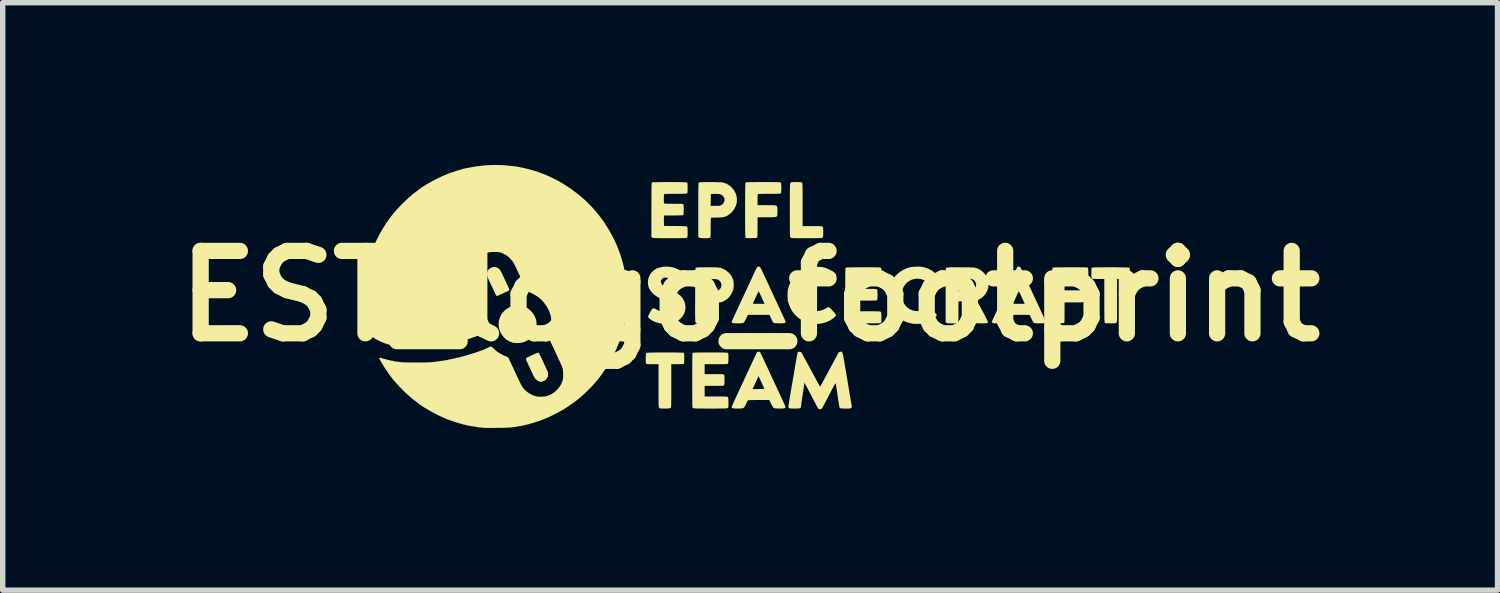
<source format=kicad_pcb>
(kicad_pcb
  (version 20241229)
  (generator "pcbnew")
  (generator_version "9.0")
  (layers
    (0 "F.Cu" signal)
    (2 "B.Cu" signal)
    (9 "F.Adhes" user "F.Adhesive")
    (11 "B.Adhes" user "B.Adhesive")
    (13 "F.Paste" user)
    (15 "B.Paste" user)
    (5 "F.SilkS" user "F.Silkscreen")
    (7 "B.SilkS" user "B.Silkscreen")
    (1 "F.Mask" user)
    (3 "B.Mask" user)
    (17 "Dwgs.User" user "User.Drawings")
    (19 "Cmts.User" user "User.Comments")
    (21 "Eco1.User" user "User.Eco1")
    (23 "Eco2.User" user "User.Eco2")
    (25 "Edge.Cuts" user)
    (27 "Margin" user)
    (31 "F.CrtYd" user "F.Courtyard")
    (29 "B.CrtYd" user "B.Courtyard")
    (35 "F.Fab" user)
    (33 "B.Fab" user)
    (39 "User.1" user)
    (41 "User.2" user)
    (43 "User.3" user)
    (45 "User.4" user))
  (footprint "EST_logo_footprint"
    (layer "F.Cu")
    (at 10.82 2.424)
    (property "Reference" "EST_logo_footprint" (at 0 0 0) (layer "F.SilkS") (effects (font (size 1.524 1.524) (thickness 0.3))))
    (attr board_only exclude_from_pos_files exclude_from_bom)
    (fp_poly (pts (xy -4.679 -0.527) (xy -4.644 -0.506) (xy -4.633 -0.494) (xy -4.622 -0.48) (xy -4.608 -0.457) (xy -4.595 -0.431) (xy -4.591 -0.423) (xy -4.576 -0.39) (xy -4.558 -0.353) (xy -4.542 -0.32) (xy -4.542 -0.318) (xy -4.516 -0.264) (xy -4.496 -0.22) (xy -4.48 -0.186) (xy -4.468 -0.159) (xy -4.46 -0.14) (xy -4.455 -0.126) (xy -4.453 -0.118) (xy -4.453 -0.112) (xy -4.453 -0.11) (xy -4.461 -0.103) (xy -4.477 -0.093) (xy -4.498 -0.082) (xy -4.521 -0.071) (xy -4.552 -0.057) (xy -4.585 -0.041) (xy -4.606 -0.032) (xy -4.633 -0.019) (xy -4.657 -0.009) (xy -4.674 -0.002) (xy -4.682 0) (xy -4.69 -0.005) (xy -4.7 -0.02) (xy -4.708 -0.034) (xy -4.725 -0.072) (xy -4.747 -0.119) (xy -4.773 -0.173) (xy -4.8 -0.232) (xy -4.829 -0.293) (xy -4.843 -0.323) (xy -4.859 -0.368) (xy -4.864 -0.41) (xy -4.859 -0.449) (xy -4.843 -0.481) (xy -4.829 -0.497) (xy -4.793 -0.522) (xy -4.755 -0.536) (xy -4.716 -0.537)) (stroke (width 0) (type solid)) (fill yes) (layer "F.SilkS"))
    (fp_poly (pts (xy -3.908 1.051) (xy -3.899 1.062) (xy -3.898 1.064) (xy -3.893 1.074) (xy -3.883 1.094) (xy -3.87 1.123) (xy -3.853 1.157) (xy -3.835 1.196) (xy -3.816 1.237) (xy -3.813 1.244) (xy -3.79 1.294) (xy -3.771 1.335) (xy -3.756 1.368) (xy -3.745 1.39) (xy -3.741 1.4) (xy -3.737 1.412) (xy -3.735 1.433) (xy -3.735 1.449) (xy -3.736 1.476) (xy -3.743 1.497) (xy -3.753 1.516) (xy -3.769 1.539) (xy -3.783 1.554) (xy -3.8 1.565) (xy -3.826 1.575) (xy -3.827 1.576) (xy -3.851 1.584) (xy -3.868 1.587) (xy -3.884 1.585) (xy -3.904 1.579) (xy -3.905 1.578) (xy -3.934 1.563) (xy -3.963 1.539) (xy -3.986 1.511) (xy -3.995 1.496) (xy -4.008 1.469) (xy -4.024 1.434) (xy -4.042 1.395) (xy -4.06 1.357) (xy -4.071 1.332) (xy -4.082 1.309) (xy -4.095 1.28) (xy -4.11 1.249) (xy -4.114 1.24) (xy -4.13 1.206) (xy -4.141 1.182) (xy -4.145 1.165) (xy -4.141 1.152) (xy -4.13 1.142) (xy -4.111 1.131) (xy -4.082 1.117) (xy -4.078 1.115) (xy -4.045 1.1) (xy -4.011 1.084) (xy -3.982 1.07) (xy -3.965 1.062) (xy -3.938 1.051) (xy -3.92 1.047)) (stroke (width 0) (type solid)) (fill yes) (layer "F.SilkS"))
    (fp_poly (pts (xy -4.272 0.176) (xy -4.243 0.177) (xy -4.222 0.179) (xy -4.217 0.18) (xy -4.163 0.199) (xy -4.112 0.228) (xy -4.064 0.265) (xy -4.024 0.308) (xy -3.994 0.354) (xy -3.991 0.359) (xy -3.977 0.388) (xy -3.967 0.409) (xy -3.961 0.425) (xy -3.957 0.439) (xy -3.954 0.455) (xy -3.954 0.456) (xy -3.949 0.493) (xy -3.949 0.534) (xy -3.952 0.575) (xy -3.959 0.61) (xy -3.964 0.627) (xy -3.997 0.695) (xy -4.037 0.752) (xy -4.085 0.798) (xy -4.141 0.834) (xy -4.184 0.852) (xy -4.218 0.861) (xy -4.26 0.867) (xy -4.304 0.87) (xy -4.346 0.869) (xy -4.358 0.868) (xy -4.377 0.865) (xy -4.391 0.861) (xy -4.394 0.859) (xy -4.405 0.854) (xy -4.411 0.853) (xy -4.425 0.85) (xy -4.447 0.84) (xy -4.472 0.827) (xy -4.497 0.811) (xy -4.52 0.795) (xy -4.525 0.791) (xy -4.564 0.751) (xy -4.599 0.703) (xy -4.626 0.648) (xy -4.642 0.601) (xy -4.646 0.575) (xy -4.648 0.542) (xy -4.649 0.506) (xy -4.647 0.472) (xy -4.643 0.445) (xy -4.642 0.443) (xy -4.63 0.405) (xy -4.611 0.364) (xy -4.589 0.325) (xy -4.576 0.307) (xy -4.539 0.267) (xy -4.494 0.232) (xy -4.443 0.203) (xy -4.391 0.182) (xy -4.381 0.18) (xy -4.363 0.177) (xy -4.336 0.176) (xy -4.304 0.175)) (stroke (width 0) (type solid)) (fill yes) (layer "F.SilkS"))
    (fp_poly (pts (xy -1.499 1.043) (xy -1.443 1.044) (xy -1.39 1.044) (xy -1.342 1.045) (xy -1.3 1.046) (xy -1.267 1.047) (xy -1.242 1.048) (xy -1.229 1.049) (xy -1.227 1.05) (xy -1.223 1.055) (xy -1.221 1.065) (xy -1.219 1.081) (xy -1.218 1.107) (xy -1.218 1.143) (xy -1.217 1.152) (xy -1.218 1.191) (xy -1.219 1.218) (xy -1.22 1.237) (xy -1.223 1.248) (xy -1.226 1.253) (xy -1.227 1.254) (xy -1.237 1.256) (xy -1.257 1.258) (xy -1.286 1.259) (xy -1.32 1.26) (xy -1.347 1.26) (xy -1.457 1.26) (xy -1.457 1.659) (xy -1.457 1.742) (xy -1.457 1.812) (xy -1.457 1.872) (xy -1.458 1.921) (xy -1.458 1.961) (xy -1.459 1.992) (xy -1.459 2.017) (xy -1.46 2.035) (xy -1.462 2.049) (xy -1.463 2.058) (xy -1.465 2.064) (xy -1.467 2.068) (xy -1.469 2.07) (xy -1.476 2.074) (xy -1.487 2.077) (xy -1.504 2.079) (xy -1.529 2.08) (xy -1.565 2.081) (xy -1.574 2.081) (xy -1.611 2.08) (xy -1.638 2.08) (xy -1.656 2.078) (xy -1.667 2.076) (xy -1.675 2.072) (xy -1.68 2.067) (xy -1.683 2.064) (xy -1.685 2.061) (xy -1.687 2.055) (xy -1.689 2.046) (xy -1.69 2.033) (xy -1.691 2.016) (xy -1.692 1.993) (xy -1.692 1.962) (xy -1.693 1.924) (xy -1.693 1.877) (xy -1.693 1.82) (xy -1.693 1.752) (xy -1.693 1.672) (xy -1.693 1.26) (xy -1.804 1.26) (xy -1.85 1.26) (xy -1.885 1.259) (xy -1.908 1.257) (xy -1.92 1.254) (xy -1.922 1.252) (xy -1.925 1.242) (xy -1.928 1.221) (xy -1.929 1.188) (xy -1.93 1.152) (xy -1.929 1.108) (xy -1.927 1.077) (xy -1.925 1.058) (xy -1.922 1.051) (xy -1.914 1.05) (xy -1.894 1.048) (xy -1.864 1.047) (xy -1.826 1.046) (xy -1.781 1.045) (xy -1.729 1.044) (xy -1.674 1.044) (xy -1.617 1.043) (xy -1.558 1.043)) (stroke (width 0) (type solid)) (fill yes) (layer "F.SilkS"))
    (fp_poly (pts (xy 6.689 -0.532) (xy 6.747 -0.532) (xy 6.803 -0.531) (xy 6.856 -0.53) (xy 6.904 -0.53) (xy 6.945 -0.529) (xy 6.978 -0.527) (xy 7.001 -0.526) (xy 7.013 -0.524) (xy 7.015 -0.524) (xy 7.019 -0.514) (xy 7.021 -0.492) (xy 7.022 -0.459) (xy 7.023 -0.423) (xy 7.022 -0.38) (xy 7.021 -0.349) (xy 7.018 -0.33) (xy 7.015 -0.323) (xy 7.006 -0.32) (xy 6.987 -0.317) (xy 6.957 -0.316) (xy 6.915 -0.315) (xy 6.897 -0.315) (xy 6.786 -0.315) (xy 6.786 0.082) (xy 6.786 0.164) (xy 6.786 0.234) (xy 6.786 0.293) (xy 6.786 0.342) (xy 6.786 0.381) (xy 6.785 0.413) (xy 6.784 0.437) (xy 6.783 0.456) (xy 6.782 0.469) (xy 6.781 0.478) (xy 6.779 0.485) (xy 6.776 0.489) (xy 6.774 0.492) (xy 6.773 0.492) (xy 6.767 0.497) (xy 6.759 0.501) (xy 6.746 0.503) (xy 6.727 0.505) (xy 6.699 0.505) (xy 6.666 0.505) (xy 6.628 0.505) (xy 6.602 0.504) (xy 6.584 0.503) (xy 6.572 0.501) (xy 6.565 0.497) (xy 6.561 0.493) (xy 6.559 0.49) (xy 6.557 0.484) (xy 6.555 0.476) (xy 6.554 0.463) (xy 6.553 0.446) (xy 6.552 0.422) (xy 6.551 0.391) (xy 6.551 0.352) (xy 6.551 0.304) (xy 6.55 0.247) (xy 6.55 0.178) (xy 6.55 0.097) (xy 6.55 0.083) (xy 6.55 -0.315) (xy 6.44 -0.315) (xy 6.403 -0.316) (xy 6.37 -0.317) (xy 6.343 -0.318) (xy 6.326 -0.32) (xy 6.32 -0.321) (xy 6.316 -0.326) (xy 6.314 -0.336) (xy 6.312 -0.353) (xy 6.311 -0.378) (xy 6.311 -0.415) (xy 6.311 -0.423) (xy 6.311 -0.462) (xy 6.312 -0.49) (xy 6.313 -0.508) (xy 6.316 -0.519) (xy 6.32 -0.525) (xy 6.32 -0.525) (xy 6.329 -0.527) (xy 6.35 -0.528) (xy 6.38 -0.529) (xy 6.419 -0.53) (xy 6.465 -0.531) (xy 6.517 -0.531) (xy 6.572 -0.532) (xy 6.63 -0.532)) (stroke (width 0) (type solid)) (fill yes) (layer "F.SilkS"))
    (fp_poly (pts (xy 3.179 -0.539) (xy 3.229 -0.529) (xy 3.278 -0.512) (xy 3.328 -0.488) (xy 3.356 -0.472) (xy 3.383 -0.454) (xy 3.409 -0.435) (xy 3.431 -0.417) (xy 3.446 -0.401) (xy 3.451 -0.392) (xy 3.448 -0.383) (xy 3.436 -0.367) (xy 3.419 -0.347) (xy 3.399 -0.324) (xy 3.376 -0.3) (xy 3.354 -0.278) (xy 3.335 -0.26) (xy 3.319 -0.248) (xy 3.311 -0.244) (xy 3.296 -0.247) (xy 3.275 -0.258) (xy 3.263 -0.266) (xy 3.211 -0.296) (xy 3.156 -0.314) (xy 3.099 -0.321) (xy 3.043 -0.317) (xy 2.988 -0.302) (xy 2.938 -0.276) (xy 2.893 -0.241) (xy 2.866 -0.21) (xy 2.835 -0.162) (xy 2.816 -0.112) (xy 2.806 -0.057) (xy 2.804 -0.039) (xy 2.806 0.023) (xy 2.819 0.081) (xy 2.843 0.133) (xy 2.874 0.179) (xy 2.914 0.217) (xy 2.959 0.247) (xy 3.01 0.267) (xy 3.064 0.278) (xy 3.121 0.277) (xy 3.179 0.265) (xy 3.221 0.249) (xy 3.245 0.237) (xy 3.267 0.225) (xy 3.28 0.217) (xy 3.295 0.207) (xy 3.308 0.203) (xy 3.308 0.203) (xy 3.318 0.208) (xy 3.334 0.221) (xy 3.354 0.239) (xy 3.377 0.262) (xy 3.4 0.285) (xy 3.421 0.309) (xy 3.438 0.329) (xy 3.449 0.345) (xy 3.452 0.354) (xy 3.447 0.366) (xy 3.432 0.383) (xy 3.409 0.402) (xy 3.381 0.423) (xy 3.349 0.444) (xy 3.316 0.462) (xy 3.309 0.466) (xy 3.244 0.492) (xy 3.173 0.509) (xy 3.099 0.516) (xy 3.026 0.514) (xy 2.973 0.506) (xy 2.891 0.482) (xy 2.816 0.447) (xy 2.749 0.401) (xy 2.69 0.346) (xy 2.639 0.282) (xy 2.599 0.21) (xy 2.574 0.147) (xy 2.555 0.069) (xy 2.549 -0.01) (xy 2.554 -0.088) (xy 2.571 -0.164) (xy 2.599 -0.237) (xy 2.637 -0.305) (xy 2.684 -0.368) (xy 2.74 -0.422) (xy 2.805 -0.469) (xy 2.839 -0.487) (xy 2.887 -0.51) (xy 2.933 -0.526) (xy 2.979 -0.536) (xy 3.031 -0.541) (xy 3.06 -0.543) (xy 3.124 -0.544)) (stroke (width 0) (type solid)) (fill yes) (layer "F.SilkS"))
    (fp_poly (pts (xy 0.9 -2.106) (xy 0.933 -2.105) (xy 0.954 -2.103) (xy 0.963 -2.099) (xy 0.963 -2.099) (xy 0.965 -2.094) (xy 0.967 -2.082) (xy 0.968 -2.063) (xy 0.969 -2.035) (xy 0.97 -1.999) (xy 0.97 -1.952) (xy 0.971 -1.895) (xy 0.971 -1.827) (xy 0.971 -1.747) (xy 0.971 -1.692) (xy 0.971 -1.293) (xy 1.151 -1.293) (xy 1.204 -1.293) (xy 1.246 -1.293) (xy 1.278 -1.292) (xy 1.301 -1.291) (xy 1.318 -1.29) (xy 1.329 -1.288) (xy 1.336 -1.285) (xy 1.34 -1.282) (xy 1.341 -1.281) (xy 1.346 -1.274) (xy 1.349 -1.263) (xy 1.351 -1.245) (xy 1.352 -1.22) (xy 1.352 -1.183) (xy 1.352 -1.18) (xy 1.352 -1.144) (xy 1.351 -1.119) (xy 1.35 -1.102) (xy 1.347 -1.092) (xy 1.344 -1.085) (xy 1.338 -1.08) (xy 1.337 -1.08) (xy 1.332 -1.078) (xy 1.325 -1.075) (xy 1.313 -1.074) (xy 1.295 -1.072) (xy 1.272 -1.071) (xy 1.241 -1.071) (xy 1.201 -1.07) (xy 1.151 -1.07) (xy 1.089 -1.07) (xy 1.042 -1.07) (xy 0.974 -1.07) (xy 0.918 -1.07) (xy 0.872 -1.07) (xy 0.836 -1.071) (xy 0.809 -1.071) (xy 0.788 -1.072) (xy 0.773 -1.073) (xy 0.763 -1.075) (xy 0.756 -1.077) (xy 0.752 -1.08) (xy 0.748 -1.083) (xy 0.746 -1.086) (xy 0.744 -1.089) (xy 0.742 -1.094) (xy 0.74 -1.102) (xy 0.739 -1.113) (xy 0.738 -1.129) (xy 0.737 -1.15) (xy 0.736 -1.177) (xy 0.736 -1.212) (xy 0.736 -1.254) (xy 0.735 -1.305) (xy 0.735 -1.366) (xy 0.735 -1.438) (xy 0.735 -1.521) (xy 0.735 -1.587) (xy 0.735 -1.68) (xy 0.735 -1.761) (xy 0.735 -1.83) (xy 0.736 -1.889) (xy 0.736 -1.938) (xy 0.736 -1.979) (xy 0.737 -2.011) (xy 0.738 -2.037) (xy 0.739 -2.057) (xy 0.74 -2.071) (xy 0.742 -2.081) (xy 0.743 -2.088) (xy 0.745 -2.092) (xy 0.745 -2.092) (xy 0.75 -2.098) (xy 0.756 -2.102) (xy 0.765 -2.104) (xy 0.78 -2.106) (xy 0.803 -2.107) (xy 0.836 -2.107) (xy 0.856 -2.107)) (stroke (width 0) (type solid)) (fill yes) (layer "F.SilkS"))
    (fp_poly (pts (xy -0.717 -2.107) (xy -0.669 -2.107) (xy -0.623 -2.106) (xy -0.581 -2.104) (xy -0.545 -2.103) (xy -0.516 -2.101) (xy -0.497 -2.098) (xy -0.493 -2.097) (xy -0.434 -2.076) (xy -0.38 -2.043) (xy -0.341 -2.008) (xy -0.299 -1.958) (xy -0.269 -1.904) (xy -0.25 -1.846) (xy -0.243 -1.786) (xy -0.247 -1.726) (xy -0.263 -1.668) (xy -0.291 -1.612) (xy -0.33 -1.56) (xy -0.341 -1.548) (xy -0.377 -1.515) (xy -0.413 -1.49) (xy -0.45 -1.472) (xy -0.492 -1.46) (xy -0.541 -1.453) (xy -0.6 -1.451) (xy -0.611 -1.451) (xy -0.646 -1.45) (xy -0.677 -1.45) (xy -0.701 -1.448) (xy -0.716 -1.447) (xy -0.718 -1.447) (xy -0.721 -1.444) (xy -0.724 -1.438) (xy -0.726 -1.428) (xy -0.727 -1.411) (xy -0.728 -1.387) (xy -0.728 -1.353) (xy -0.728 -1.309) (xy -0.729 -1.266) (xy -0.729 -1.213) (xy -0.729 -1.171) (xy -0.73 -1.139) (xy -0.731 -1.115) (xy -0.732 -1.099) (xy -0.734 -1.089) (xy -0.737 -1.082) (xy -0.739 -1.08) (xy -0.75 -1.075) (xy -0.772 -1.072) (xy -0.8 -1.07) (xy -0.832 -1.069) (xy -0.865 -1.069) (xy -0.896 -1.071) (xy -0.922 -1.074) (xy -0.94 -1.078) (xy -0.944 -1.08) (xy -0.958 -1.09) (xy -0.958 -1.591) (xy -0.958 -1.667) (xy -0.729 -1.667) (xy -0.642 -1.667) (xy -0.607 -1.667) (xy -0.581 -1.668) (xy -0.563 -1.67) (xy -0.549 -1.673) (xy -0.537 -1.678) (xy -0.527 -1.684) (xy -0.501 -1.706) (xy -0.483 -1.735) (xy -0.473 -1.768) (xy -0.474 -1.801) (xy -0.482 -1.824) (xy -0.502 -1.85) (xy -0.53 -1.872) (xy -0.558 -1.884) (xy -0.576 -1.886) (xy -0.602 -1.888) (xy -0.633 -1.889) (xy -0.655 -1.889) (xy -0.725 -1.887) (xy -0.727 -1.777) (xy -0.729 -1.667) (xy -0.958 -1.667) (xy -0.958 -1.689) (xy -0.958 -1.775) (xy -0.958 -1.85) (xy -0.957 -1.913) (xy -0.957 -1.965) (xy -0.956 -2.008) (xy -0.955 -2.042) (xy -0.954 -2.067) (xy -0.953 -2.085) (xy -0.952 -2.095) (xy -0.95 -2.099) (xy -0.941 -2.101) (xy -0.921 -2.104) (xy -0.892 -2.105) (xy -0.854 -2.106) (xy -0.812 -2.107) (xy -0.766 -2.107)) (stroke (width 0) (type solid)) (fill yes) (layer "F.SilkS"))
    (fp_poly (pts (xy 1.267 -0.541) (xy 1.303 -0.539) (xy 1.332 -0.537) (xy 1.356 -0.532) (xy 1.365 -0.53) (xy 1.411 -0.514) (xy 1.46 -0.492) (xy 1.508 -0.465) (xy 1.548 -0.437) (xy 1.551 -0.435) (xy 1.57 -0.418) (xy 1.583 -0.404) (xy 1.588 -0.391) (xy 1.584 -0.376) (xy 1.573 -0.358) (xy 1.552 -0.335) (xy 1.524 -0.307) (xy 1.5 -0.283) (xy 1.478 -0.264) (xy 1.461 -0.25) (xy 1.451 -0.243) (xy 1.449 -0.243) (xy 1.439 -0.246) (xy 1.421 -0.255) (xy 1.401 -0.268) (xy 1.4 -0.268) (xy 1.344 -0.298) (xy 1.286 -0.316) (xy 1.227 -0.321) (xy 1.169 -0.314) (xy 1.113 -0.296) (xy 1.061 -0.265) (xy 1.039 -0.247) (xy 1.002 -0.206) (xy 0.974 -0.158) (xy 0.955 -0.104) (xy 0.946 -0.046) (xy 0.946 0.012) (xy 0.957 0.07) (xy 0.978 0.124) (xy 0.986 0.138) (xy 1.02 0.185) (xy 1.064 0.223) (xy 1.114 0.252) (xy 1.168 0.271) (xy 1.226 0.279) (xy 1.278 0.275) (xy 1.324 0.264) (xy 1.368 0.247) (xy 1.406 0.226) (xy 1.415 0.22) (xy 1.432 0.209) (xy 1.447 0.204) (xy 1.45 0.203) (xy 1.46 0.208) (xy 1.476 0.221) (xy 1.497 0.24) (xy 1.519 0.263) (xy 1.541 0.288) (xy 1.561 0.311) (xy 1.577 0.332) (xy 1.586 0.348) (xy 1.588 0.354) (xy 1.586 0.365) (xy 1.576 0.378) (xy 1.558 0.395) (xy 1.544 0.406) (xy 1.478 0.451) (xy 1.406 0.484) (xy 1.329 0.506) (xy 1.25 0.516) (xy 1.17 0.514) (xy 1.116 0.506) (xy 1.07 0.495) (xy 1.033 0.483) (xy 0.999 0.469) (xy 0.965 0.451) (xy 0.962 0.45) (xy 0.893 0.404) (xy 0.833 0.35) (xy 0.783 0.287) (xy 0.743 0.216) (xy 0.711 0.135) (xy 0.701 0.102) (xy 0.697 0.076) (xy 0.694 0.042) (xy 0.693 0.002) (xy 0.693 -0.04) (xy 0.695 -0.079) (xy 0.698 -0.113) (xy 0.702 -0.131) (xy 0.729 -0.214) (xy 0.768 -0.289) (xy 0.817 -0.358) (xy 0.832 -0.375) (xy 0.884 -0.425) (xy 0.939 -0.465) (xy 1 -0.498) (xy 1.064 -0.522) (xy 1.087 -0.53) (xy 1.106 -0.535) (xy 1.126 -0.538) (xy 1.149 -0.54) (xy 1.18 -0.541) (xy 1.219 -0.541) (xy 1.221 -0.541)) (stroke (width 0) (type solid)) (fill yes) (layer "F.SilkS"))
    (fp_poly (pts (xy -0.728 -0.531) (xy -0.679 -0.531) (xy -0.64 -0.53) (xy -0.61 -0.529) (xy -0.586 -0.528) (xy -0.568 -0.526) (xy -0.554 -0.523) (xy -0.546 -0.521) (xy -0.485 -0.497) (xy -0.43 -0.463) (xy -0.383 -0.421) (xy -0.346 -0.371) (xy -0.318 -0.314) (xy -0.312 -0.296) (xy -0.304 -0.255) (xy -0.302 -0.208) (xy -0.304 -0.16) (xy -0.312 -0.117) (xy -0.316 -0.103) (xy -0.343 -0.042) (xy -0.38 0.011) (xy -0.426 0.057) (xy -0.48 0.092) (xy -0.511 0.106) (xy -0.527 0.112) (xy -0.544 0.116) (xy -0.564 0.119) (xy -0.59 0.121) (xy -0.625 0.123) (xy -0.663 0.124) (xy -0.778 0.128) (xy -0.781 0.307) (xy -0.782 0.361) (xy -0.783 0.403) (xy -0.784 0.434) (xy -0.785 0.457) (xy -0.787 0.473) (xy -0.789 0.484) (xy -0.792 0.491) (xy -0.795 0.495) (xy -0.797 0.496) (xy -0.806 0.5) (xy -0.823 0.503) (xy -0.848 0.505) (xy -0.884 0.505) (xy -0.9 0.505) (xy -0.937 0.505) (xy -0.963 0.505) (xy -0.98 0.503) (xy -0.992 0.5) (xy -1 0.496) (xy -1.004 0.492) (xy -1.007 0.489) (xy -1.009 0.486) (xy -1.011 0.481) (xy -1.012 0.474) (xy -1.014 0.463) (xy -1.015 0.448) (xy -1.015 0.427) (xy -1.016 0.401) (xy -1.016 0.368) (xy -1.017 0.326) (xy -1.017 0.276) (xy -1.017 0.217) (xy -1.016 0.147) (xy -1.016 0.065) (xy -1.016 -0.02) (xy -1.015 -0.114) (xy -1.015 -0.196) (xy -1.015 -0.266) (xy -1.014 -0.317) (xy -0.781 -0.317) (xy -0.781 -0.091) (xy -0.69 -0.093) (xy -0.652 -0.094) (xy -0.625 -0.096) (xy -0.607 -0.098) (xy -0.594 -0.101) (xy -0.585 -0.106) (xy -0.58 -0.109) (xy -0.552 -0.136) (xy -0.535 -0.168) (xy -0.529 -0.202) (xy -0.534 -0.235) (xy -0.55 -0.266) (xy -0.576 -0.292) (xy -0.588 -0.3) (xy -0.599 -0.305) (xy -0.612 -0.309) (xy -0.629 -0.311) (xy -0.653 -0.313) (xy -0.687 -0.314) (xy -0.693 -0.314) (xy -0.781 -0.317) (xy -1.014 -0.317) (xy -1.014 -0.325) (xy -1.014 -0.375) (xy -1.013 -0.416) (xy -1.012 -0.449) (xy -1.011 -0.475) (xy -1.01 -0.494) (xy -1.009 -0.508) (xy -1.008 -0.517) (xy -1.006 -0.523) (xy -1.004 -0.525) (xy -1.004 -0.525) (xy -0.995 -0.527) (xy -0.974 -0.528) (xy -0.944 -0.53) (xy -0.904 -0.531) (xy -0.857 -0.531) (xy -0.804 -0.532) (xy -0.789 -0.532)) (stroke (width 0) (type solid)) (fill yes) (layer "F.SilkS"))
    (fp_poly (pts (xy 3.949 -0.531) (xy 4.011 -0.531) (xy 4.063 -0.53) (xy 4.105 -0.528) (xy 4.136 -0.527) (xy 4.154 -0.525) (xy 4.156 -0.524) (xy 4.215 -0.506) (xy 4.268 -0.476) (xy 4.315 -0.437) (xy 4.354 -0.391) (xy 4.383 -0.338) (xy 4.403 -0.281) (xy 4.41 -0.22) (xy 4.41 -0.213) (xy 4.404 -0.153) (xy 4.385 -0.096) (xy 4.355 -0.043) (xy 4.315 0.004) (xy 4.265 0.045) (xy 4.237 0.062) (xy 4.194 0.087) (xy 4.216 0.127) (xy 4.248 0.185) (xy 4.278 0.241) (xy 4.306 0.294) (xy 4.332 0.343) (xy 4.354 0.386) (xy 4.372 0.422) (xy 4.386 0.45) (xy 4.395 0.469) (xy 4.397 0.478) (xy 4.392 0.492) (xy 4.385 0.499) (xy 4.373 0.501) (xy 4.351 0.503) (xy 4.322 0.505) (xy 4.289 0.505) (xy 4.254 0.505) (xy 4.221 0.504) (xy 4.192 0.503) (xy 4.171 0.501) (xy 4.161 0.499) (xy 4.154 0.491) (xy 4.143 0.473) (xy 4.127 0.445) (xy 4.107 0.408) (xy 4.085 0.364) (xy 4.059 0.314) (xy 4.049 0.295) (xy 3.951 0.098) (xy 3.853 0.098) (xy 3.853 0.289) (xy 3.853 0.348) (xy 3.853 0.395) (xy 3.852 0.432) (xy 3.85 0.46) (xy 3.845 0.48) (xy 3.837 0.493) (xy 3.826 0.501) (xy 3.81 0.505) (xy 3.789 0.506) (xy 3.763 0.506) (xy 3.736 0.505) (xy 3.697 0.505) (xy 3.669 0.504) (xy 3.65 0.502) (xy 3.637 0.498) (xy 3.631 0.495) (xy 3.616 0.485) (xy 3.616 -0.013) (xy 3.616 -0.107) (xy 3.616 -0.188) (xy 3.617 -0.258) (xy 3.617 -0.317) (xy 3.617 -0.322) (xy 3.853 -0.322) (xy 3.853 -0.091) (xy 3.98 -0.093) (xy 4.106 -0.095) (xy 4.131 -0.114) (xy 4.154 -0.137) (xy 4.171 -0.167) (xy 4.18 -0.197) (xy 4.181 -0.207) (xy 4.176 -0.231) (xy 4.166 -0.258) (xy 4.151 -0.282) (xy 4.143 -0.291) (xy 4.129 -0.301) (xy 4.113 -0.309) (xy 4.091 -0.315) (xy 4.064 -0.318) (xy 4.028 -0.32) (xy 3.981 -0.321) (xy 3.966 -0.321) (xy 3.853 -0.322) (xy 3.617 -0.322) (xy 3.617 -0.367) (xy 3.618 -0.407) (xy 3.618 -0.44) (xy 3.619 -0.466) (xy 3.62 -0.486) (xy 3.621 -0.5) (xy 3.623 -0.51) (xy 3.624 -0.517) (xy 3.626 -0.521) (xy 3.627 -0.521) (xy 3.631 -0.524) (xy 3.638 -0.526) (xy 3.649 -0.528) (xy 3.666 -0.529) (xy 3.689 -0.53) (xy 3.72 -0.531) (xy 3.761 -0.531) (xy 3.812 -0.532) (xy 3.875 -0.532) (xy 3.879 -0.532)) (stroke (width 0) (type solid)) (fill yes) (layer "F.SilkS"))
    (fp_poly (pts (xy -1.477 -0.54) (xy -1.406 -0.524) (xy -1.336 -0.496) (xy -1.329 -0.493) (xy -1.285 -0.47) (xy -1.253 -0.45) (xy -1.232 -0.432) (xy -1.222 -0.416) (xy -1.221 -0.408) (xy -1.225 -0.395) (xy -1.235 -0.374) (xy -1.25 -0.349) (xy -1.267 -0.321) (xy -1.285 -0.296) (xy -1.302 -0.274) (xy -1.316 -0.259) (xy -1.322 -0.255) (xy -1.331 -0.252) (xy -1.342 -0.254) (xy -1.357 -0.261) (xy -1.38 -0.273) (xy -1.386 -0.277) (xy -1.434 -0.304) (xy -1.475 -0.323) (xy -1.512 -0.334) (xy -1.548 -0.339) (xy -1.549 -0.34) (xy -1.574 -0.341) (xy -1.591 -0.339) (xy -1.605 -0.333) (xy -1.615 -0.327) (xy -1.638 -0.305) (xy -1.65 -0.28) (xy -1.65 -0.253) (xy -1.639 -0.225) (xy -1.617 -0.198) (xy -1.584 -0.173) (xy -1.545 -0.151) (xy -1.48 -0.12) (xy -1.426 -0.094) (xy -1.381 -0.07) (xy -1.344 -0.048) (xy -1.315 -0.027) (xy -1.29 -0.007) (xy -1.269 0.015) (xy -1.251 0.037) (xy -1.24 0.054) (xy -1.213 0.107) (xy -1.198 0.163) (xy -1.194 0.219) (xy -1.202 0.274) (xy -1.221 0.327) (xy -1.25 0.377) (xy -1.289 0.421) (xy -1.337 0.458) (xy -1.374 0.478) (xy -1.436 0.502) (xy -1.5 0.515) (xy -1.569 0.517) (xy -1.644 0.509) (xy -1.647 0.509) (xy -1.703 0.496) (xy -1.756 0.479) (xy -1.792 0.463) (xy -1.815 0.45) (xy -1.839 0.433) (xy -1.861 0.416) (xy -1.878 0.4) (xy -1.886 0.389) (xy -1.887 0.388) (xy -1.885 0.376) (xy -1.878 0.357) (xy -1.866 0.332) (xy -1.852 0.304) (xy -1.836 0.277) (xy -1.82 0.254) (xy -1.806 0.236) (xy -1.796 0.226) (xy -1.795 0.226) (xy -1.78 0.227) (xy -1.755 0.237) (xy -1.725 0.252) (xy -1.671 0.279) (xy -1.624 0.297) (xy -1.583 0.307) (xy -1.557 0.308) (xy -1.519 0.303) (xy -1.489 0.289) (xy -1.467 0.268) (xy -1.455 0.242) (xy -1.454 0.212) (xy -1.463 0.181) (xy -1.484 0.15) (xy -1.493 0.141) (xy -1.504 0.131) (xy -1.515 0.123) (xy -1.527 0.114) (xy -1.542 0.105) (xy -1.563 0.094) (xy -1.591 0.081) (xy -1.628 0.063) (xy -1.647 0.053) (xy -1.719 0.014) (xy -1.778 -0.029) (xy -1.825 -0.076) (xy -1.859 -0.127) (xy -1.874 -0.158) (xy -1.884 -0.196) (xy -1.889 -0.241) (xy -1.887 -0.286) (xy -1.88 -0.327) (xy -1.879 -0.332) (xy -1.854 -0.39) (xy -1.82 -0.439) (xy -1.776 -0.479) (xy -1.724 -0.51) (xy -1.663 -0.531) (xy -1.596 -0.543) (xy -1.551 -0.545)) (stroke (width 0) (type solid)) (fill yes) (layer "F.SilkS"))
    (fp_poly (pts (xy 0.206 1.078) (xy 0.215 1.098) (xy 0.229 1.127) (xy 0.246 1.164) (xy 0.265 1.205) (xy 0.285 1.248) (xy 0.294 1.267) (xy 0.315 1.312) (xy 0.34 1.365) (xy 0.367 1.424) (xy 0.395 1.485) (xy 0.423 1.544) (xy 0.445 1.592) (xy 0.468 1.641) (xy 0.491 1.69) (xy 0.512 1.736) (xy 0.532 1.778) (xy 0.548 1.812) (xy 0.559 1.837) (xy 0.561 1.841) (xy 0.588 1.9) (xy 0.612 1.95) (xy 0.63 1.991) (xy 0.644 2.022) (xy 0.653 2.043) (xy 0.656 2.053) (xy 0.656 2.053) (xy 0.652 2.061) (xy 0.644 2.07) (xy 0.637 2.074) (xy 0.626 2.077) (xy 0.609 2.079) (xy 0.583 2.08) (xy 0.546 2.08) (xy 0.544 2.08) (xy 0.501 2.08) (xy 0.468 2.078) (xy 0.446 2.074) (xy 0.44 2.072) (xy 0.429 2.062) (xy 0.415 2.042) (xy 0.398 2.011) (xy 0.389 1.994) (xy 0.355 1.923) (xy 0.159 1.923) (xy 0.099 1.923) (xy 0.051 1.924) (xy 0.015 1.924) (xy -0.012 1.926) (xy -0.03 1.927) (xy -0.04 1.929) (xy -0.044 1.931) (xy -0.049 1.941) (xy -0.058 1.959) (xy -0.069 1.983) (xy -0.076 1.998) (xy -0.09 2.027) (xy -0.102 2.049) (xy -0.115 2.064) (xy -0.132 2.073) (xy -0.155 2.078) (xy -0.185 2.08) (xy -0.227 2.08) (xy -0.23 2.08) (xy -0.263 2.08) (xy -0.293 2.078) (xy -0.316 2.076) (xy -0.329 2.074) (xy -0.33 2.073) (xy -0.339 2.063) (xy -0.341 2.055) (xy -0.339 2.046) (xy -0.331 2.027) (xy -0.319 2) (xy -0.304 1.965) (xy -0.286 1.925) (xy -0.266 1.882) (xy -0.263 1.877) (xy -0.238 1.822) (xy -0.209 1.759) (xy -0.19 1.72) (xy 0.047 1.72) (xy 0.155 1.72) (xy 0.191 1.719) (xy 0.222 1.718) (xy 0.245 1.717) (xy 0.259 1.715) (xy 0.263 1.714) (xy 0.26 1.706) (xy 0.253 1.689) (xy 0.242 1.665) (xy 0.228 1.636) (xy 0.226 1.63) (xy 0.21 1.597) (xy 0.195 1.564) (xy 0.182 1.536) (xy 0.173 1.516) (xy 0.156 1.48) (xy 0.144 1.506) (xy 0.138 1.521) (xy 0.126 1.546) (xy 0.113 1.576) (xy 0.097 1.61) (xy 0.09 1.626) (xy 0.047 1.72) (xy -0.19 1.72) (xy -0.178 1.693) (xy -0.148 1.628) (xy -0.119 1.567) (xy -0.105 1.536) (xy -0.079 1.48) (xy -0.05 1.417) (xy -0.019 1.351) (xy 0.011 1.287) (xy 0.038 1.228) (xy 0.052 1.198) (xy 0.129 1.034) (xy 0.156 1.032) (xy 0.183 1.03)) (stroke (width 0) (type solid)) (fill yes) (layer "F.SilkS"))
    (fp_poly (pts (xy 0.317 -2.107) (xy 0.378 -2.107) (xy 0.428 -2.107) (xy 0.469 -2.106) (xy 0.5 -2.106) (xy 0.524 -2.105) (xy 0.542 -2.104) (xy 0.554 -2.103) (xy 0.562 -2.101) (xy 0.567 -2.099) (xy 0.57 -2.096) (xy 0.571 -2.094) (xy 0.573 -2.083) (xy 0.575 -2.062) (xy 0.577 -2.033) (xy 0.578 -2) (xy 0.578 -1.996) (xy 0.577 -1.959) (xy 0.576 -1.933) (xy 0.574 -1.916) (xy 0.571 -1.906) (xy 0.567 -1.901) (xy 0.563 -1.898) (xy 0.555 -1.895) (xy 0.543 -1.893) (xy 0.525 -1.892) (xy 0.5 -1.891) (xy 0.465 -1.891) (xy 0.421 -1.89) (xy 0.365 -1.89) (xy 0.358 -1.89) (xy 0.308 -1.89) (xy 0.261 -1.89) (xy 0.221 -1.889) (xy 0.187 -1.888) (xy 0.163 -1.888) (xy 0.15 -1.887) (xy 0.148 -1.886) (xy 0.144 -1.883) (xy 0.141 -1.876) (xy 0.139 -1.862) (xy 0.138 -1.841) (xy 0.138 -1.809) (xy 0.138 -1.781) (xy 0.138 -1.68) (xy 0.308 -1.68) (xy 0.365 -1.68) (xy 0.409 -1.68) (xy 0.443 -1.679) (xy 0.468 -1.676) (xy 0.485 -1.671) (xy 0.496 -1.662) (xy 0.502 -1.649) (xy 0.505 -1.631) (xy 0.506 -1.607) (xy 0.505 -1.577) (xy 0.505 -1.569) (xy 0.506 -1.537) (xy 0.505 -1.512) (xy 0.503 -1.492) (xy 0.498 -1.478) (xy 0.488 -1.468) (xy 0.473 -1.462) (xy 0.449 -1.459) (xy 0.418 -1.457) (xy 0.376 -1.457) (xy 0.323 -1.457) (xy 0.308 -1.457) (xy 0.138 -1.457) (xy 0.138 -1.275) (xy 0.137 -1.225) (xy 0.137 -1.18) (xy 0.136 -1.142) (xy 0.135 -1.112) (xy 0.133 -1.091) (xy 0.131 -1.083) (xy 0.126 -1.079) (xy 0.116 -1.076) (xy 0.098 -1.074) (xy 0.071 -1.072) (xy 0.034 -1.072) (xy 0.028 -1.071) (xy -0.013 -1.071) (xy -0.046 -1.072) (xy -0.069 -1.074) (xy -0.08 -1.077) (xy -0.083 -1.079) (xy -0.084 -1.082) (xy -0.086 -1.088) (xy -0.087 -1.097) (xy -0.088 -1.111) (xy -0.089 -1.13) (xy -0.09 -1.154) (xy -0.091 -1.186) (xy -0.091 -1.225) (xy -0.091 -1.273) (xy -0.092 -1.33) (xy -0.092 -1.398) (xy -0.092 -1.477) (xy -0.092 -1.567) (xy -0.092 -1.587) (xy -0.092 -1.686) (xy -0.092 -1.773) (xy -0.091 -1.847) (xy -0.091 -1.911) (xy -0.09 -1.964) (xy -0.09 -2.007) (xy -0.089 -2.041) (xy -0.088 -2.067) (xy -0.087 -2.084) (xy -0.085 -2.095) (xy -0.084 -2.099) (xy -0.079 -2.101) (xy -0.066 -2.102) (xy -0.046 -2.104) (xy -0.017 -2.105) (xy 0.022 -2.106) (xy 0.071 -2.106) (xy 0.131 -2.107) (xy 0.203 -2.107) (xy 0.244 -2.107)) (stroke (width 0) (type solid)) (fill yes) (layer "F.SilkS"))
    (fp_poly (pts (xy 5.994 -0.532) (xy 6.055 -0.532) (xy 6.105 -0.531) (xy 6.146 -0.531) (xy 6.177 -0.531) (xy 6.202 -0.53) (xy 6.219 -0.529) (xy 6.231 -0.527) (xy 6.239 -0.526) (xy 6.244 -0.524) (xy 6.247 -0.521) (xy 6.248 -0.519) (xy 6.251 -0.508) (xy 6.253 -0.486) (xy 6.254 -0.458) (xy 6.255 -0.425) (xy 6.255 -0.423) (xy 6.254 -0.391) (xy 6.253 -0.362) (xy 6.251 -0.34) (xy 6.248 -0.328) (xy 6.248 -0.328) (xy 6.246 -0.324) (xy 6.242 -0.321) (xy 6.235 -0.319) (xy 6.224 -0.318) (xy 6.207 -0.317) (xy 6.183 -0.316) (xy 6.15 -0.315) (xy 6.108 -0.315) (xy 6.055 -0.315) (xy 6.028 -0.315) (xy 5.815 -0.315) (xy 5.815 -0.105) (xy 5.984 -0.105) (xy 6.037 -0.105) (xy 6.079 -0.105) (xy 6.11 -0.104) (xy 6.133 -0.103) (xy 6.149 -0.101) (xy 6.16 -0.099) (xy 6.167 -0.096) (xy 6.168 -0.095) (xy 6.174 -0.09) (xy 6.178 -0.084) (xy 6.18 -0.074) (xy 6.182 -0.058) (xy 6.182 -0.033) (xy 6.183 0.002) (xy 6.183 0.007) (xy 6.183 0.043) (xy 6.182 0.068) (xy 6.181 0.085) (xy 6.178 0.096) (xy 6.174 0.103) (xy 6.169 0.107) (xy 6.168 0.108) (xy 6.162 0.111) (xy 6.152 0.114) (xy 6.137 0.115) (xy 6.116 0.117) (xy 6.086 0.118) (xy 6.047 0.118) (xy 5.996 0.118) (xy 5.984 0.118) (xy 5.815 0.118) (xy 5.815 0.305) (xy 5.815 0.359) (xy 5.815 0.402) (xy 5.814 0.435) (xy 5.814 0.459) (xy 5.812 0.475) (xy 5.811 0.486) (xy 5.808 0.493) (xy 5.805 0.497) (xy 5.802 0.499) (xy 5.791 0.501) (xy 5.77 0.503) (xy 5.741 0.505) (xy 5.707 0.505) (xy 5.698 0.505) (xy 5.66 0.505) (xy 5.632 0.504) (xy 5.614 0.502) (xy 5.603 0.499) (xy 5.596 0.495) (xy 5.596 0.495) (xy 5.594 0.492) (xy 5.592 0.487) (xy 5.591 0.478) (xy 5.589 0.465) (xy 5.588 0.447) (xy 5.588 0.424) (xy 5.587 0.393) (xy 5.586 0.355) (xy 5.586 0.308) (xy 5.586 0.253) (xy 5.586 0.186) (xy 5.585 0.109) (xy 5.585 0.02) (xy 5.585 -0.016) (xy 5.585 -0.114) (xy 5.586 -0.2) (xy 5.586 -0.274) (xy 5.586 -0.338) (xy 5.587 -0.39) (xy 5.587 -0.433) (xy 5.588 -0.467) (xy 5.589 -0.492) (xy 5.591 -0.51) (xy 5.592 -0.52) (xy 5.593 -0.524) (xy 5.599 -0.526) (xy 5.611 -0.527) (xy 5.631 -0.529) (xy 5.661 -0.53) (xy 5.699 -0.53) (xy 5.748 -0.531) (xy 5.808 -0.531) (xy 5.88 -0.532) (xy 5.921 -0.532)) (stroke (width 0) (type solid)) (fill yes) (layer "F.SilkS"))
    (fp_poly (pts (xy 4.979 -0.543) (xy 4.984 -0.542) (xy 4.988 -0.54) (xy 4.993 -0.536) (xy 4.999 -0.529) (xy 5.006 -0.518) (xy 5.014 -0.502) (xy 5.025 -0.481) (xy 5.039 -0.452) (xy 5.056 -0.417) (xy 5.077 -0.373) (xy 5.102 -0.319) (xy 5.131 -0.256) (xy 5.163 -0.187) (xy 5.181 -0.148) (xy 5.204 -0.099) (xy 5.23 -0.043) (xy 5.258 0.017) (xy 5.287 0.081) (xy 5.317 0.144) (xy 5.346 0.206) (xy 5.349 0.212) (xy 5.374 0.267) (xy 5.397 0.318) (xy 5.418 0.364) (xy 5.436 0.404) (xy 5.45 0.437) (xy 5.461 0.461) (xy 5.466 0.476) (xy 5.467 0.48) (xy 5.462 0.492) (xy 5.455 0.499) (xy 5.443 0.501) (xy 5.421 0.503) (xy 5.392 0.505) (xy 5.359 0.505) (xy 5.326 0.505) (xy 5.296 0.504) (xy 5.271 0.502) (xy 5.255 0.499) (xy 5.254 0.499) (xy 5.245 0.493) (xy 5.235 0.482) (xy 5.224 0.463) (xy 5.209 0.434) (xy 5.203 0.42) (xy 5.169 0.348) (xy 4.771 0.348) (xy 4.737 0.418) (xy 4.718 0.455) (xy 4.703 0.48) (xy 4.691 0.494) (xy 4.686 0.497) (xy 4.671 0.501) (xy 4.643 0.504) (xy 4.605 0.505) (xy 4.581 0.505) (xy 4.544 0.505) (xy 4.519 0.504) (xy 4.502 0.503) (xy 4.491 0.5) (xy 4.484 0.496) (xy 4.48 0.492) (xy 4.476 0.489) (xy 4.474 0.486) (xy 4.472 0.482) (xy 4.473 0.476) (xy 4.475 0.467) (xy 4.48 0.453) (xy 4.488 0.434) (xy 4.499 0.409) (xy 4.515 0.375) (xy 4.534 0.333) (xy 4.559 0.281) (xy 4.576 0.243) (xy 4.595 0.203) (xy 4.618 0.153) (xy 4.624 0.14) (xy 4.863 0.14) (xy 4.87 0.142) (xy 4.887 0.143) (xy 4.913 0.144) (xy 4.945 0.144) (xy 4.971 0.144) (xy 5.079 0.144) (xy 5.06 0.103) (xy 5.036 0.05) (xy 5.016 0.007) (xy 5.001 -0.027) (xy 4.989 -0.051) (xy 4.98 -0.068) (xy 4.973 -0.078) (xy 4.969 -0.083) (xy 4.966 -0.084) (xy 4.964 -0.082) (xy 4.963 -0.081) (xy 4.957 -0.069) (xy 4.947 -0.048) (xy 4.935 -0.021) (xy 4.921 0.01) (xy 4.907 0.041) (xy 4.893 0.072) (xy 4.881 0.1) (xy 4.871 0.122) (xy 4.865 0.136) (xy 4.863 0.14) (xy 4.624 0.14) (xy 4.645 0.096) (xy 4.674 0.033) (xy 4.705 -0.034) (xy 4.736 -0.102) (xy 4.768 -0.17) (xy 4.791 -0.22) (xy 4.819 -0.279) (xy 4.845 -0.335) (xy 4.869 -0.386) (xy 4.891 -0.432) (xy 4.909 -0.47) (xy 4.924 -0.501) (xy 4.935 -0.522) (xy 4.941 -0.533) (xy 4.941 -0.534) (xy 4.956 -0.543) (xy 4.974 -0.543)) (stroke (width 0) (type solid)) (fill yes) (layer "F.SilkS"))
    (fp_poly (pts (xy 0.165 -0.544) (xy 0.169 -0.543) (xy 0.173 -0.543) (xy 0.176 -0.543) (xy 0.18 -0.541) (xy 0.184 -0.536) (xy 0.19 -0.528) (xy 0.196 -0.516) (xy 0.205 -0.5) (xy 0.216 -0.477) (xy 0.23 -0.448) (xy 0.247 -0.412) (xy 0.268 -0.367) (xy 0.293 -0.313) (xy 0.323 -0.249) (xy 0.358 -0.175) (xy 0.37 -0.147) (xy 0.395 -0.094) (xy 0.42 -0.04) (xy 0.445 0.014) (xy 0.468 0.064) (xy 0.489 0.108) (xy 0.505 0.143) (xy 0.509 0.151) (xy 0.526 0.188) (xy 0.542 0.223) (xy 0.557 0.255) (xy 0.568 0.279) (xy 0.573 0.289) (xy 0.583 0.31) (xy 0.596 0.338) (xy 0.611 0.371) (xy 0.623 0.396) (xy 0.636 0.425) (xy 0.647 0.45) (xy 0.654 0.47) (xy 0.656 0.48) (xy 0.654 0.489) (xy 0.647 0.496) (xy 0.632 0.501) (xy 0.609 0.504) (xy 0.577 0.505) (xy 0.534 0.504) (xy 0.497 0.503) (xy 0.47 0.502) (xy 0.453 0.501) (xy 0.441 0.498) (xy 0.434 0.494) (xy 0.428 0.488) (xy 0.424 0.484) (xy 0.416 0.47) (xy 0.404 0.448) (xy 0.391 0.421) (xy 0.385 0.407) (xy 0.359 0.348) (xy -0.039 0.348) (xy -0.074 0.418) (xy -0.093 0.455) (xy -0.108 0.48) (xy -0.121 0.494) (xy -0.125 0.497) (xy -0.14 0.501) (xy -0.167 0.504) (xy -0.206 0.505) (xy -0.23 0.505) (xy -0.267 0.505) (xy -0.293 0.504) (xy -0.31 0.503) (xy -0.321 0.5) (xy -0.328 0.496) (xy -0.33 0.493) (xy -0.339 0.483) (xy -0.341 0.478) (xy -0.339 0.471) (xy -0.331 0.453) (xy -0.318 0.425) (xy -0.301 0.388) (xy -0.281 0.343) (xy -0.257 0.291) (xy -0.23 0.233) (xy -0.201 0.17) (xy -0.19 0.148) (xy -0.187 0.141) (xy 0.053 0.141) (xy 0.059 0.142) (xy 0.076 0.143) (xy 0.102 0.144) (xy 0.134 0.144) (xy 0.16 0.144) (xy 0.268 0.144) (xy 0.216 0.032) (xy 0.197 -0.009) (xy 0.183 -0.04) (xy 0.172 -0.061) (xy 0.165 -0.075) (xy 0.161 -0.083) (xy 0.158 -0.086) (xy 0.156 -0.085) (xy 0.155 -0.085) (xy 0.151 -0.078) (xy 0.143 -0.062) (xy 0.132 -0.038) (xy 0.119 -0.009) (xy 0.105 0.022) (xy 0.09 0.054) (xy 0.077 0.084) (xy 0.065 0.11) (xy 0.057 0.129) (xy 0.053 0.14) (xy 0.053 0.141) (xy -0.187 0.141) (xy -0.18 0.125) (xy -0.165 0.092) (xy -0.146 0.053) (xy -0.125 0.007) (xy -0.102 -0.043) (xy -0.077 -0.096) (xy -0.051 -0.152) (xy -0.025 -0.208) (xy 0.0003 -0.262) (xy 0.025 -0.315) (xy 0.047 -0.363) (xy 0.067 -0.406) (xy 0.084 -0.443) (xy 0.097 -0.471) (xy 0.106 -0.49) (xy 0.109 -0.497) (xy 0.122 -0.522) (xy 0.134 -0.536) (xy 0.147 -0.543) (xy 0.164 -0.544)) (stroke (width 0) (type solid)) (fill yes) (layer "F.SilkS"))
    (fp_poly (pts (xy -0.664 1.044) (xy -0.603 1.044) (xy -0.552 1.044) (xy -0.511 1.044) (xy -0.479 1.045) (xy -0.455 1.046) (xy -0.437 1.047) (xy -0.425 1.049) (xy -0.417 1.05) (xy -0.412 1.053) (xy -0.411 1.054) (xy -0.406 1.061) (xy -0.403 1.073) (xy -0.401 1.091) (xy -0.401 1.119) (xy -0.4 1.149) (xy -0.401 1.183) (xy -0.402 1.212) (xy -0.404 1.234) (xy -0.407 1.247) (xy -0.407 1.247) (xy -0.41 1.251) (xy -0.414 1.254) (xy -0.42 1.256) (xy -0.432 1.258) (xy -0.449 1.259) (xy -0.472 1.259) (xy -0.505 1.26) (xy -0.547 1.26) (xy -0.6 1.26) (xy -0.627 1.26) (xy -0.84 1.26) (xy -0.84 1.444) (xy -0.667 1.444) (xy -0.613 1.444) (xy -0.572 1.444) (xy -0.54 1.445) (xy -0.517 1.446) (xy -0.501 1.448) (xy -0.491 1.45) (xy -0.485 1.453) (xy -0.483 1.454) (xy -0.478 1.461) (xy -0.475 1.473) (xy -0.474 1.492) (xy -0.473 1.52) (xy -0.473 1.55) (xy -0.473 1.583) (xy -0.474 1.612) (xy -0.477 1.635) (xy -0.479 1.647) (xy -0.479 1.648) (xy -0.482 1.652) (xy -0.486 1.655) (xy -0.494 1.657) (xy -0.506 1.658) (xy -0.525 1.659) (xy -0.551 1.66) (xy -0.587 1.66) (xy -0.634 1.661) (xy -0.663 1.661) (xy -0.84 1.661) (xy -0.84 1.857) (xy -0.631 1.857) (xy -0.573 1.857) (xy -0.527 1.858) (xy -0.49 1.858) (xy -0.463 1.859) (xy -0.443 1.86) (xy -0.43 1.861) (xy -0.421 1.863) (xy -0.415 1.866) (xy -0.411 1.869) (xy -0.411 1.869) (xy -0.407 1.877) (xy -0.404 1.888) (xy -0.402 1.905) (xy -0.401 1.931) (xy -0.4 1.967) (xy -0.4 1.971) (xy -0.4 2.007) (xy -0.401 2.032) (xy -0.402 2.048) (xy -0.405 2.059) (xy -0.409 2.065) (xy -0.415 2.07) (xy -0.415 2.07) (xy -0.42 2.073) (xy -0.427 2.075) (xy -0.439 2.076) (xy -0.455 2.078) (xy -0.478 2.079) (xy -0.508 2.079) (xy -0.546 2.08) (xy -0.594 2.08) (xy -0.653 2.081) (xy -0.723 2.081) (xy -0.739 2.081) (xy -0.812 2.081) (xy -0.873 2.08) (xy -0.922 2.08) (xy -0.962 2.08) (xy -0.994 2.079) (xy -1.017 2.078) (xy -1.034 2.077) (xy -1.046 2.075) (xy -1.054 2.073) (xy -1.058 2.071) (xy -1.06 2.07) (xy -1.061 2.067) (xy -1.063 2.062) (xy -1.065 2.053) (xy -1.066 2.04) (xy -1.067 2.023) (xy -1.068 1.999) (xy -1.068 1.968) (xy -1.069 1.93) (xy -1.069 1.884) (xy -1.069 1.828) (xy -1.07 1.762) (xy -1.07 1.684) (xy -1.07 1.595) (xy -1.07 1.56) (xy -1.07 1.461) (xy -1.07 1.375) (xy -1.069 1.301) (xy -1.069 1.238) (xy -1.068 1.185) (xy -1.068 1.142) (xy -1.067 1.108) (xy -1.066 1.083) (xy -1.065 1.066) (xy -1.063 1.055) (xy -1.062 1.051) (xy -1.057 1.05) (xy -1.044 1.048) (xy -1.024 1.047) (xy -0.994 1.045) (xy -0.956 1.045) (xy -0.907 1.044) (xy -0.847 1.044) (xy -0.775 1.044) (xy -0.738 1.044)) (stroke (width 0) (type solid)) (fill yes) (layer "F.SilkS"))
    (fp_poly (pts (xy 2.168 -0.532) (xy 2.229 -0.532) (xy 2.279 -0.531) (xy 2.319 -0.531) (xy 2.351 -0.531) (xy 2.375 -0.53) (xy 2.393 -0.529) (xy 2.405 -0.527) (xy 2.413 -0.526) (xy 2.418 -0.524) (xy 2.42 -0.521) (xy 2.422 -0.519) (xy 2.425 -0.507) (xy 2.427 -0.485) (xy 2.428 -0.457) (xy 2.429 -0.426) (xy 2.428 -0.394) (xy 2.427 -0.365) (xy 2.425 -0.341) (xy 2.422 -0.326) (xy 2.421 -0.323) (xy 2.414 -0.321) (xy 2.4 -0.319) (xy 2.377 -0.317) (xy 2.344 -0.316) (xy 2.301 -0.315) (xy 2.246 -0.315) (xy 2.204 -0.315) (xy 1.995 -0.315) (xy 1.992 -0.3) (xy 1.991 -0.288) (xy 1.99 -0.266) (xy 1.99 -0.237) (xy 1.99 -0.21) (xy 1.992 -0.135) (xy 2.166 -0.133) (xy 2.219 -0.132) (xy 2.26 -0.132) (xy 2.291 -0.131) (xy 2.314 -0.129) (xy 2.329 -0.128) (xy 2.339 -0.126) (xy 2.345 -0.123) (xy 2.348 -0.12) (xy 2.351 -0.109) (xy 2.354 -0.088) (xy 2.356 -0.06) (xy 2.356 -0.029) (xy 2.356 0.003) (xy 2.355 0.033) (xy 2.353 0.056) (xy 2.35 0.071) (xy 2.349 0.073) (xy 2.347 0.076) (xy 2.342 0.079) (xy 2.335 0.082) (xy 2.322 0.083) (xy 2.304 0.084) (xy 2.277 0.085) (xy 2.242 0.085) (xy 2.195 0.085) (xy 2.166 0.085) (xy 1.989 0.085) (xy 1.989 0.282) (xy 2.198 0.282) (xy 2.256 0.282) (xy 2.302 0.282) (xy 2.338 0.283) (xy 2.366 0.284) (xy 2.385 0.285) (xy 2.399 0.286) (xy 2.408 0.288) (xy 2.414 0.291) (xy 2.417 0.294) (xy 2.418 0.294) (xy 2.422 0.301) (xy 2.425 0.312) (xy 2.427 0.33) (xy 2.428 0.356) (xy 2.428 0.392) (xy 2.428 0.396) (xy 2.428 0.432) (xy 2.428 0.457) (xy 2.426 0.473) (xy 2.424 0.484) (xy 2.42 0.49) (xy 2.414 0.495) (xy 2.414 0.495) (xy 2.409 0.498) (xy 2.401 0.5) (xy 2.39 0.501) (xy 2.373 0.503) (xy 2.351 0.504) (xy 2.321 0.504) (xy 2.282 0.505) (xy 2.234 0.505) (xy 2.176 0.505) (xy 2.105 0.505) (xy 2.09 0.505) (xy 2.018 0.505) (xy 1.958 0.505) (xy 1.909 0.505) (xy 1.87 0.505) (xy 1.839 0.504) (xy 1.816 0.503) (xy 1.798 0.502) (xy 1.787 0.501) (xy 1.779 0.499) (xy 1.774 0.497) (xy 1.77 0.494) (xy 1.77 0.493) (xy 1.768 0.49) (xy 1.766 0.485) (xy 1.765 0.477) (xy 1.763 0.466) (xy 1.762 0.449) (xy 1.761 0.428) (xy 1.761 0.4) (xy 1.76 0.364) (xy 1.76 0.321) (xy 1.759 0.268) (xy 1.759 0.206) (xy 1.759 0.133) (xy 1.759 0.048) (xy 1.759 -0.017) (xy 1.759 -0.116) (xy 1.759 -0.201) (xy 1.759 -0.276) (xy 1.76 -0.339) (xy 1.76 -0.391) (xy 1.761 -0.434) (xy 1.762 -0.467) (xy 1.763 -0.493) (xy 1.764 -0.51) (xy 1.766 -0.52) (xy 1.767 -0.524) (xy 1.772 -0.526) (xy 1.785 -0.527) (xy 1.805 -0.529) (xy 1.834 -0.53) (xy 1.873 -0.53) (xy 1.922 -0.531) (xy 1.982 -0.531) (xy 2.053 -0.532) (xy 2.095 -0.532)) (stroke (width 0) (type solid)) (fill yes) (layer "F.SilkS"))
    (fp_poly (pts (xy -1.456 -2.107) (xy -1.4 -2.107) (xy -1.346 -2.107) (xy -1.297 -2.106) (xy -1.252 -2.105) (xy -1.215 -2.104) (xy -1.187 -2.102) (xy -1.169 -2.101) (xy -1.163 -2.099) (xy -1.159 -2.089) (xy -1.157 -2.068) (xy -1.155 -2.034) (xy -1.155 -1.999) (xy -1.156 -1.955) (xy -1.157 -1.924) (xy -1.16 -1.905) (xy -1.163 -1.898) (xy -1.169 -1.896) (xy -1.184 -1.894) (xy -1.207 -1.892) (xy -1.239 -1.891) (xy -1.283 -1.891) (xy -1.338 -1.89) (xy -1.379 -1.89) (xy -1.437 -1.89) (xy -1.484 -1.89) (xy -1.52 -1.889) (xy -1.547 -1.889) (xy -1.566 -1.888) (xy -1.579 -1.886) (xy -1.586 -1.884) (xy -1.59 -1.881) (xy -1.591 -1.88) (xy -1.593 -1.869) (xy -1.594 -1.849) (xy -1.595 -1.822) (xy -1.595 -1.798) (xy -1.595 -1.768) (xy -1.594 -1.742) (xy -1.592 -1.724) (xy -1.591 -1.717) (xy -1.588 -1.714) (xy -1.583 -1.711) (xy -1.572 -1.709) (xy -1.555 -1.708) (xy -1.53 -1.707) (xy -1.497 -1.707) (xy -1.452 -1.706) (xy -1.414 -1.706) (xy -1.362 -1.706) (xy -1.321 -1.706) (xy -1.291 -1.706) (xy -1.269 -1.705) (xy -1.254 -1.704) (xy -1.244 -1.702) (xy -1.238 -1.699) (xy -1.235 -1.696) (xy -1.234 -1.694) (xy -1.231 -1.682) (xy -1.229 -1.66) (xy -1.228 -1.632) (xy -1.227 -1.601) (xy -1.228 -1.569) (xy -1.229 -1.54) (xy -1.231 -1.516) (xy -1.234 -1.501) (xy -1.235 -1.498) (xy -1.242 -1.495) (xy -1.257 -1.493) (xy -1.282 -1.492) (xy -1.317 -1.491) (xy -1.363 -1.49) (xy -1.416 -1.49) (xy -1.588 -1.49) (xy -1.592 -1.475) (xy -1.593 -1.463) (xy -1.594 -1.441) (xy -1.594 -1.412) (xy -1.594 -1.379) (xy -1.593 -1.378) (xy -1.592 -1.296) (xy -1.385 -1.295) (xy -1.327 -1.294) (xy -1.28 -1.293) (xy -1.244 -1.293) (xy -1.217 -1.291) (xy -1.197 -1.29) (xy -1.183 -1.288) (xy -1.174 -1.286) (xy -1.169 -1.283) (xy -1.167 -1.282) (xy -1.162 -1.276) (xy -1.159 -1.267) (xy -1.157 -1.253) (xy -1.156 -1.232) (xy -1.155 -1.2) (xy -1.155 -1.181) (xy -1.155 -1.145) (xy -1.156 -1.119) (xy -1.158 -1.101) (xy -1.16 -1.09) (xy -1.164 -1.083) (xy -1.167 -1.081) (xy -1.171 -1.078) (xy -1.177 -1.076) (xy -1.186 -1.074) (xy -1.2 -1.073) (xy -1.22 -1.072) (xy -1.246 -1.071) (xy -1.281 -1.07) (xy -1.324 -1.07) (xy -1.378 -1.07) (xy -1.443 -1.07) (xy -1.487 -1.07) (xy -1.56 -1.07) (xy -1.621 -1.07) (xy -1.671 -1.07) (xy -1.711 -1.071) (xy -1.742 -1.072) (xy -1.766 -1.072) (xy -1.784 -1.074) (xy -1.796 -1.075) (xy -1.804 -1.077) (xy -1.809 -1.08) (xy -1.81 -1.08) (xy -1.825 -1.09) (xy -1.825 -1.591) (xy -1.825 -1.689) (xy -1.824 -1.775) (xy -1.824 -1.85) (xy -1.824 -1.913) (xy -1.823 -1.965) (xy -1.823 -2.008) (xy -1.822 -2.042) (xy -1.821 -2.067) (xy -1.819 -2.085) (xy -1.818 -2.095) (xy -1.817 -2.099) (xy -1.808 -2.101) (xy -1.789 -2.103) (xy -1.759 -2.104) (xy -1.72 -2.105) (xy -1.675 -2.106) (xy -1.624 -2.107) (xy -1.57 -2.107) (xy -1.514 -2.107)) (stroke (width 0) (type solid)) (fill yes) (layer "F.SilkS"))
    (fp_poly (pts (xy 1.694 1.029) (xy 1.698 1.032) (xy 1.702 1.037) (xy 1.705 1.045) (xy 1.709 1.057) (xy 1.714 1.073) (xy 1.719 1.095) (xy 1.725 1.122) (xy 1.731 1.157) (xy 1.739 1.198) (xy 1.747 1.248) (xy 1.757 1.306) (xy 1.769 1.374) (xy 1.782 1.452) (xy 1.797 1.541) (xy 1.813 1.642) (xy 1.831 1.749) (xy 1.841 1.808) (xy 1.851 1.863) (xy 1.859 1.914) (xy 1.866 1.958) (xy 1.873 1.994) (xy 1.877 2.02) (xy 1.88 2.036) (xy 1.881 2.039) (xy 1.878 2.057) (xy 1.871 2.067) (xy 1.864 2.073) (xy 1.856 2.076) (xy 1.843 2.079) (xy 1.823 2.08) (xy 1.794 2.081) (xy 1.769 2.081) (xy 1.73 2.08) (xy 1.701 2.079) (xy 1.681 2.078) (xy 1.668 2.074) (xy 1.66 2.07) (xy 1.655 2.063) (xy 1.654 2.062) (xy 1.652 2.053) (xy 1.648 2.032) (xy 1.643 2.002) (xy 1.637 1.964) (xy 1.63 1.919) (xy 1.623 1.87) (xy 1.618 1.838) (xy 1.611 1.786) (xy 1.603 1.738) (xy 1.597 1.695) (xy 1.591 1.66) (xy 1.587 1.634) (xy 1.584 1.617) (xy 1.583 1.613) (xy 1.58 1.615) (xy 1.572 1.625) (xy 1.559 1.646) (xy 1.542 1.677) (xy 1.519 1.718) (xy 1.492 1.771) (xy 1.459 1.835) (xy 1.458 1.836) (xy 1.431 1.888) (xy 1.406 1.936) (xy 1.383 1.98) (xy 1.363 2.017) (xy 1.347 2.048) (xy 1.335 2.069) (xy 1.328 2.081) (xy 1.327 2.082) (xy 1.312 2.091) (xy 1.292 2.093) (xy 1.272 2.089) (xy 1.265 2.085) (xy 1.259 2.077) (xy 1.248 2.059) (xy 1.233 2.034) (xy 1.216 2.002) (xy 1.197 1.966) (xy 1.195 1.962) (xy 1.156 1.887) (xy 1.123 1.823) (xy 1.094 1.769) (xy 1.071 1.724) (xy 1.052 1.688) (xy 1.037 1.659) (xy 1.025 1.638) (xy 1.017 1.622) (xy 1.011 1.612) (xy 1.007 1.606) (xy 1.005 1.605) (xy 1.005 1.605) (xy 1.004 1.611) (xy 1.001 1.629) (xy 0.997 1.656) (xy 0.992 1.691) (xy 0.986 1.732) (xy 0.979 1.776) (xy 0.972 1.823) (xy 0.965 1.87) (xy 0.959 1.915) (xy 0.952 1.957) (xy 0.947 1.995) (xy 0.943 2.025) (xy 0.94 2.047) (xy 0.939 2.058) (xy 0.939 2.059) (xy 0.935 2.064) (xy 0.928 2.07) (xy 0.922 2.074) (xy 0.911 2.077) (xy 0.893 2.079) (xy 0.866 2.08) (xy 0.829 2.081) (xy 0.824 2.081) (xy 0.782 2.08) (xy 0.752 2.079) (xy 0.73 2.076) (xy 0.718 2.07) (xy 0.711 2.061) (xy 0.709 2.048) (xy 0.71 2.031) (xy 0.71 2.031) (xy 0.712 2.017) (xy 0.716 1.992) (xy 0.721 1.958) (xy 0.728 1.918) (xy 0.735 1.873) (xy 0.743 1.825) (xy 0.751 1.777) (xy 0.759 1.73) (xy 0.766 1.687) (xy 0.773 1.65) (xy 0.778 1.62) (xy 0.781 1.605) (xy 0.783 1.591) (xy 0.788 1.566) (xy 0.793 1.531) (xy 0.801 1.488) (xy 0.809 1.439) (xy 0.818 1.385) (xy 0.828 1.327) (xy 0.831 1.309) (xy 0.84 1.252) (xy 0.85 1.199) (xy 0.858 1.151) (xy 0.866 1.109) (xy 0.872 1.076) (xy 0.877 1.053) (xy 0.88 1.04) (xy 0.881 1.039) (xy 0.893 1.032) (xy 0.912 1.031) (xy 0.931 1.034) (xy 0.946 1.041) (xy 0.947 1.042) (xy 0.952 1.05) (xy 0.962 1.068) (xy 0.978 1.096) (xy 0.997 1.132) (xy 1.021 1.175) (xy 1.048 1.224) (xy 1.077 1.278) (xy 1.108 1.335) (xy 1.123 1.364) (xy 1.155 1.422) (xy 1.185 1.477) (xy 1.212 1.528) (xy 1.236 1.572) (xy 1.257 1.61) (xy 1.274 1.64) (xy 1.286 1.661) (xy 1.293 1.672) (xy 1.294 1.674) (xy 1.299 1.668) (xy 1.308 1.654) (xy 1.32 1.633) (xy 1.328 1.619) (xy 1.368 1.544) (xy 1.405 1.475) (xy 1.438 1.413) (xy 1.467 1.36) (xy 1.491 1.316) (xy 1.509 1.281) (xy 1.522 1.257) (xy 1.526 1.25) (xy 1.552 1.202) (xy 1.576 1.158) (xy 1.595 1.121) (xy 1.611 1.091) (xy 1.622 1.07) (xy 1.627 1.058) (xy 1.628 1.057) (xy 1.633 1.046) (xy 1.648 1.037) (xy 1.666 1.031) (xy 1.675 1.03) (xy 1.681 1.03) (xy 1.686 1.029) (xy 1.69 1.029)) (stroke (width 0) (type solid)) (fill yes) (layer "F.SilkS"))
    (fp_poly (pts (xy -4.564 -2.42) (xy -4.389 -2.403) (xy -4.381 -2.402) (xy -4.315 -2.393) (xy -4.245 -2.38) (xy -4.173 -2.365) (xy -4.107 -2.349) (xy -4.063 -2.337) (xy -4.039 -2.331) (xy -4.017 -2.324) (xy -3.939 -2.301) (xy -3.854 -2.27) (xy -3.764 -2.234) (xy -3.674 -2.193) (xy -3.585 -2.149) (xy -3.502 -2.103) (xy -3.483 -2.093) (xy -3.33 -1.995) (xy -3.186 -1.888) (xy -3.051 -1.772) (xy -2.925 -1.647) (xy -2.809 -1.513) (xy -2.703 -1.37) (xy -2.607 -1.219) (xy -2.531 -1.08) (xy -2.516 -1.049) (xy -2.501 -1.017) (xy -2.487 -0.987) (xy -2.475 -0.961) (xy -2.466 -0.941) (xy -2.462 -0.93) (xy -2.461 -0.928) (xy -2.459 -0.921) (xy -2.453 -0.906) (xy -2.449 -0.897) (xy -2.427 -0.843) (xy -2.404 -0.78) (xy -2.381 -0.709) (xy -2.36 -0.636) (xy -2.341 -0.563) (xy -2.325 -0.494) (xy -2.316 -0.448) (xy -2.312 -0.42) (xy -2.306 -0.39) (xy -2.304 -0.376) (xy -2.293 -0.305) (xy -2.285 -0.232) (xy -2.279 -0.155) (xy -2.276 -0.071) (xy -2.276 0.007) (xy -2.277 0.108) (xy -2.28 0.199) (xy -2.287 0.284) (xy -2.297 0.365) (xy -2.311 0.447) (xy -2.324 0.509) (xy -2.328 0.531) (xy -2.334 0.558) (xy -2.337 0.571) (xy -2.342 0.594) (xy -2.347 0.615) (xy -2.35 0.624) (xy -2.355 0.64) (xy -2.361 0.662) (xy -2.363 0.669) (xy -2.369 0.689) (xy -2.377 0.716) (xy -2.387 0.747) (xy -2.398 0.78) (xy -2.408 0.812) (xy -2.417 0.84) (xy -2.425 0.86) (xy -2.428 0.87) (xy -2.434 0.884) (xy -2.442 0.904) (xy -2.445 0.912) (xy -2.457 0.943) (xy -2.474 0.981) (xy -2.494 1.026) (xy -2.517 1.073) (xy -2.54 1.119) (xy -2.561 1.161) (xy -2.581 1.198) (xy -2.594 1.22) (xy -2.606 1.24) (xy -2.615 1.256) (xy -2.619 1.264) (xy -2.619 1.264) (xy -2.622 1.271) (xy -2.632 1.287) (xy -2.647 1.31) (xy -2.666 1.337) (xy -2.688 1.369) (xy -2.71 1.401) (xy -2.733 1.433) (xy -2.754 1.463) (xy -2.773 1.489) (xy -2.788 1.509) (xy -2.791 1.513) (xy -2.854 1.59) (xy -2.926 1.67) (xy -3.003 1.748) (xy -3.082 1.824) (xy -3.161 1.892) (xy -3.206 1.928) (xy -3.225 1.943) (xy -3.251 1.962) (xy -3.282 1.984) (xy -3.314 2.006) (xy -3.347 2.029) (xy -3.379 2.051) (xy -3.407 2.07) (xy -3.431 2.086) (xy -3.448 2.096) (xy -3.456 2.1) (xy -3.456 2.1) (xy -3.464 2.104) (xy -3.477 2.112) (xy -3.479 2.114) (xy -3.492 2.121) (xy -3.514 2.133) (xy -3.543 2.149) (xy -3.576 2.167) (xy -3.613 2.185) (xy -3.649 2.203) (xy -3.683 2.22) (xy -3.712 2.234) (xy -3.734 2.244) (xy -3.741 2.247) (xy -3.77 2.258) (xy -3.795 2.269) (xy -3.818 2.278) (xy -3.838 2.286) (xy -3.853 2.292) (xy -3.87 2.299) (xy -3.88 2.304) (xy -3.897 2.31) (xy -3.905 2.31) (xy -3.917 2.313) (xy -3.922 2.317) (xy -3.931 2.322) (xy -3.938 2.323) (xy -3.956 2.326) (xy -3.963 2.329) (xy -3.976 2.335) (xy -3.996 2.341) (xy -4.004 2.343) (xy -4.038 2.353) (xy -4.063 2.36) (xy -4.08 2.365) (xy -4.093 2.37) (xy -4.094 2.37) (xy -4.113 2.375) (xy -4.128 2.376) (xy -4.143 2.378) (xy -4.151 2.382) (xy -4.159 2.387) (xy -4.175 2.391) (xy -4.179 2.391) (xy -4.2 2.395) (xy -4.226 2.399) (xy -4.243 2.402) (xy -4.295 2.411) (xy -4.339 2.419) (xy -4.378 2.424) (xy -4.414 2.429) (xy -4.434 2.431) (xy -4.463 2.433) (xy -4.501 2.434) (xy -4.545 2.436) (xy -4.593 2.437) (xy -4.645 2.438) (xy -4.697 2.438) (xy -4.749 2.439) (xy -4.798 2.439) (xy -4.843 2.439) (xy -4.882 2.438) (xy -4.913 2.438) (xy -4.935 2.437) (xy -4.945 2.435) (xy -4.945 2.435) (xy -4.958 2.432) (xy -4.98 2.43) (xy -5.005 2.429) (xy -5.029 2.428) (xy -5.047 2.426) (xy -5.057 2.423) (xy -5.057 2.422) (xy -5.067 2.419) (xy -5.085 2.415) (xy -5.1 2.413) (xy -5.129 2.41) (xy -5.16 2.405) (xy -5.172 2.402) (xy -5.198 2.397) (xy -5.224 2.393) (xy -5.234 2.391) (xy -5.252 2.388) (xy -5.265 2.383) (xy -5.267 2.382) (xy -5.277 2.378) (xy -5.294 2.376) (xy -5.294 2.376) (xy -5.31 2.374) (xy -5.319 2.37) (xy -5.32 2.369) (xy -5.329 2.364) (xy -5.338 2.363) (xy -5.357 2.36) (xy -5.385 2.352) (xy -5.411 2.343) (xy -5.424 2.339) (xy -5.445 2.332) (xy -5.47 2.324) (xy -5.474 2.323) (xy -5.498 2.315) (xy -5.517 2.308) (xy -5.528 2.303) (xy -5.529 2.303) (xy -5.541 2.298) (xy -5.547 2.297) (xy -5.564 2.294) (xy -5.571 2.291) (xy -5.586 2.284) (xy -5.599 2.279) (xy -5.615 2.272) (xy -5.636 2.263) (xy -5.641 2.261) (xy -5.664 2.251) (xy -5.687 2.241) (xy -5.69 2.24) (xy -5.714 2.229) (xy -5.745 2.214) (xy -5.78 2.197) (xy -5.816 2.179) (xy -5.849 2.162) (xy -5.876 2.148) (xy -5.891 2.139) (xy -5.91 2.128) (xy -5.926 2.119) (xy -5.933 2.115) (xy -5.944 2.109) (xy -5.961 2.099) (xy -5.971 2.093) (xy -5.987 2.082) (xy -5.999 2.075) (xy -6.002 2.074) (xy -6.009 2.071) (xy -6.023 2.062) (xy -6.043 2.049) (xy -6.065 2.034) (xy -6.087 2.02) (xy -6.105 2.007) (xy -6.116 1.998) (xy -6.127 1.99) (xy -6.144 1.977) (xy -6.16 1.965) (xy -6.191 1.941) (xy -6.218 1.921) (xy -6.242 1.901) (xy -6.267 1.88) (xy -6.297 1.854) (xy -6.317 1.837) (xy -6.374 1.785) (xy -6.432 1.728) (xy -6.49 1.668) (xy -6.546 1.608) (xy -6.597 1.548) (xy -6.641 1.493) (xy -6.666 1.459) (xy -6.69 1.425) (xy -6.713 1.391) (xy -6.735 1.359) (xy -6.753 1.332) (xy -6.768 1.309) (xy -6.777 1.295) (xy -6.78 1.289) (xy -6.783 1.282) (xy -6.792 1.269) (xy -6.792 1.268) (xy -6.804 1.25) (xy -6.816 1.23) (xy -6.819 1.226) (xy -6.831 1.203) (xy -6.844 1.18) (xy -6.846 1.178) (xy -6.853 1.162) (xy -6.856 1.15) (xy -6.855 1.148) (xy -6.846 1.143) (xy -6.829 1.142) (xy -6.812 1.146) (xy -6.808 1.148) (xy -6.787 1.156) (xy -6.764 1.163) (xy -6.742 1.168) (xy -6.736 1.168) (xy -6.722 1.171) (xy -6.718 1.175) (xy -6.709 1.179) (xy -6.693 1.181) (xy -6.691 1.181) (xy -6.675 1.183) (xy -6.665 1.187) (xy -6.665 1.188) (xy -6.656 1.192) (xy -6.64 1.194) (xy -6.633 1.195) (xy -6.614 1.196) (xy -6.601 1.199) (xy -6.599 1.2) (xy -6.589 1.204) (xy -6.571 1.208) (xy -6.557 1.21) (xy -6.532 1.213) (xy -6.501 1.217) (xy -6.469 1.221) (xy -6.465 1.222) (xy -6.441 1.224) (xy -6.407 1.226) (xy -6.363 1.227) (xy -6.312 1.228) (xy -6.256 1.229) (xy -6.197 1.229) (xy -6.138 1.229) (xy -6.079 1.229) (xy -6.023 1.228) (xy -5.973 1.227) (xy -5.93 1.225) (xy -5.895 1.223) (xy -5.877 1.222) (xy -5.794 1.212) (xy -5.722 1.201) (xy -5.677 1.195) (xy -5.649 1.19) (xy -5.621 1.186) (xy -5.605 1.184) (xy -5.586 1.18) (xy -5.572 1.176) (xy -5.569 1.174) (xy -5.559 1.17) (xy -5.542 1.168) (xy -5.535 1.168) (xy -5.517 1.167) (xy -5.505 1.163) (xy -5.503 1.162) (xy -5.495 1.157) (xy -5.478 1.155) (xy -5.474 1.155) (xy -5.457 1.154) (xy -5.446 1.15) (xy -5.445 1.149) (xy -5.436 1.145) (xy -5.42 1.14) (xy -5.416 1.14) (xy -5.383 1.134) (xy -5.36 1.13) (xy -5.347 1.126) (xy -5.34 1.123) (xy -5.339 1.122) (xy -5.33 1.118) (xy -5.315 1.116) (xy -5.313 1.116) (xy -5.297 1.114) (xy -5.287 1.11) (xy -5.287 1.109) (xy -5.278 1.104) (xy -5.267 1.103) (xy -5.249 1.1) (xy -5.239 1.097) (xy -5.226 1.091) (xy -5.206 1.085) (xy -5.198 1.083) (xy -5.177 1.077) (xy -5.16 1.071) (xy -5.155 1.07) (xy -5.141 1.065) (xy -5.121 1.059) (xy -5.113 1.057) (xy -5.092 1.051) (xy -5.074 1.045) (xy -5.07 1.043) (xy -5.057 1.038) (xy -5.037 1.031) (xy -5.014 1.024) (xy -4.99 1.016) (xy -4.969 1.008) (xy -4.957 1.004) (xy -4.938 0.996) (xy -4.927 0.992) (xy -4.915 0.986) (xy -4.895 0.977) (xy -4.869 0.965) (xy -4.857 0.959) (xy -4.831 0.947) (xy -4.81 0.938) (xy -4.795 0.933) (xy -4.791 0.932) (xy -4.782 0.936) (xy -4.767 0.948) (xy -4.748 0.964) (xy -4.742 0.97) (xy -4.719 0.991) (xy -4.696 1.012) (xy -4.676 1.028) (xy -4.675 1.029) (xy -4.657 1.042) (xy -4.632 1.057) (xy -4.604 1.072) (xy -4.575 1.088) (xy -4.548 1.101) (xy -4.526 1.111) (xy -4.511 1.116) (xy -4.509 1.116) (xy -4.498 1.12) (xy -4.483 1.131) (xy -4.468 1.145) (xy -4.458 1.157) (xy -4.456 1.163) (xy -4.454 1.171) (xy -4.447 1.189) (xy -4.436 1.212) (xy -4.429 1.226) (xy -4.414 1.259) (xy -4.398 1.293) (xy -4.383 1.324) (xy -4.38 1.331) (xy -4.366 1.362) (xy -4.349 1.397) (xy -4.335 1.428) (xy -4.32 1.46) (xy -4.303 1.496) (xy -4.289 1.526) (xy -4.267 1.573) (xy -4.249 1.611) (xy -4.234 1.64) (xy -4.221 1.663) (xy -4.209 1.682) (xy -4.198 1.698) (xy -4.191 1.707) (xy -4.152 1.748) (xy -4.105 1.786) (xy -4.055 1.817) (xy -4.004 1.839) (xy -3.992 1.843) (xy -3.968 1.85) (xy -3.943 1.857) (xy -3.94 1.858) (xy -3.921 1.861) (xy -3.895 1.862) (xy -3.864 1.862) (xy -3.832 1.86) (xy -3.801 1.857) (xy -3.774 1.853) (xy -3.754 1.849) (xy -3.744 1.844) (xy -3.744 1.844) (xy -3.735 1.838) (xy -3.73 1.838) (xy -3.713 1.834) (xy -3.689 1.823) (xy -3.661 1.808) (xy -3.633 1.789) (xy -3.606 1.769) (xy -3.592 1.756) (xy -3.563 1.727) (xy -3.536 1.694) (xy -3.512 1.66) (xy -3.492 1.627) (xy -3.479 1.597) (xy -3.472 1.574) (xy -3.472 1.57) (xy -3.468 1.556) (xy -3.465 1.551) (xy -3.461 1.541) (xy -3.459 1.521) (xy -3.457 1.493) (xy -3.457 1.461) (xy -3.457 1.428) (xy -3.459 1.396) (xy -3.461 1.368) (xy -3.464 1.348) (xy -3.465 1.342) (xy -3.471 1.326) (xy -3.476 1.311) (xy -3.482 1.295) (xy -3.49 1.277) (xy -3.5 1.254) (xy -3.514 1.224) (xy -3.531 1.185) (xy -3.541 1.165) (xy -3.555 1.134) (xy -3.571 1.101) (xy -3.584 1.073) (xy -3.585 1.07) (xy -3.598 1.041) (xy -3.614 1.008) (xy -3.627 0.98) (xy -3.641 0.949) (xy -3.658 0.914) (xy -3.673 0.882) (xy -3.673 0.881) (xy -3.686 0.854) (xy -3.698 0.827) (xy -3.708 0.806) (xy -3.709 0.804) (xy -3.717 0.785) (xy -3.718 0.771) (xy -3.714 0.758) (xy -3.705 0.733) (xy -3.698 0.714) (xy -3.693 0.697) (xy -3.69 0.686) (xy -3.683 0.66) (xy -3.679 0.637) (xy -3.676 0.613) (xy -3.674 0.585) (xy -3.674 0.549) (xy -3.673 0.522) (xy -3.675 0.462) (xy -3.679 0.411) (xy -3.687 0.365) (xy -3.7 0.321) (xy -3.718 0.275) (xy -3.733 0.243) (xy -3.765 0.186) (xy -3.807 0.128) (xy -3.855 0.074) (xy -3.907 0.028) (xy -3.917 0.02) (xy -3.947 -0.001) (xy -3.985 -0.023) (xy -4.027 -0.046) (xy -4.067 -0.065) (xy -4.089 -0.074) (xy -4.109 -0.082) (xy -4.12 -0.089) (xy -4.128 -0.099) (xy -4.132 -0.105) (xy -4.139 -0.118) (xy -4.15 -0.141) (xy -4.163 -0.17) (xy -4.179 -0.202) (xy -4.194 -0.236) (xy -4.208 -0.267) (xy -4.214 -0.279) (xy -4.223 -0.299) (xy -4.236 -0.326) (xy -4.25 -0.357) (xy -4.261 -0.381) (xy -4.276 -0.413) (xy -4.292 -0.446) (xy -4.306 -0.475) (xy -4.313 -0.491) (xy -4.326 -0.52) (xy -4.342 -0.552) (xy -4.352 -0.574) (xy -4.387 -0.636) (xy -4.432 -0.691) (xy -4.483 -0.737) (xy -4.531 -0.767) (xy -4.57 -0.787) (xy -4.604 -0.8) (xy -4.638 -0.809) (xy -4.676 -0.813) (xy -4.721 -0.815) (xy -4.732 -0.815) (xy -4.766 -0.814) (xy -4.796 -0.813) (xy -4.818 -0.811) (xy -4.83 -0.808) (xy -4.846 -0.802) (xy -4.855 -0.801) (xy -4.866 -0.798) (xy -4.885 -0.79) (xy -4.908 -0.779) (xy -4.912 -0.777) (xy -4.976 -0.739) (xy -5.03 -0.692) (xy -5.074 -0.637) (xy -5.11 -0.573) (xy -5.126 -0.532) (xy -5.133 -0.512) (xy -5.137 -0.493) (xy -5.14 -0.472) (xy -5.141 -0.445) (xy -5.141 -0.409) (xy -5.141 -0.398) (xy -5.141 -0.356) (xy -5.139 -0.325) (xy -5.136 -0.306) (xy -5.133 -0.3) (xy -5.127 -0.287) (xy -5.126 -0.281) (xy -5.123 -0.265) (xy -5.12 -0.258) (xy -5.114 -0.244) (xy -5.105 -0.226) (xy -5.103 -0.22) (xy -5.095 -0.201) (xy -5.083 -0.176) (xy -5.07 -0.148) (xy -5.067 -0.141) (xy -5.052 -0.11) (xy -5.036 -0.075) (xy -5.022 -0.045) (xy -5.021 -0.043) (xy -5.007 -0.013) (xy -4.991 0.021) (xy -4.976 0.053) (xy -4.975 0.056) (xy -4.96 0.087) (xy -4.944 0.122) (xy -4.93 0.152) (xy -4.929 0.154) (xy -4.916 0.183) (xy -4.902 0.212) (xy -4.891 0.235) (xy -4.882 0.256) (xy -4.879 0.271) (xy -4.881 0.282) (xy -4.882 0.286) (xy -4.9 0.331) (xy -4.915 0.382) (xy -4.92 0.407) (xy -4.922 0.422) (xy -4.923 0.447) (xy -4.923 0.479) (xy -4.924 0.516) (xy -4.924 0.555) (xy -4.923 0.592) (xy -4.922 0.625) (xy -4.921 0.646) (xy -4.919 0.678) (xy -4.959 0.699) (xy -4.987 0.713) (xy -5.018 0.727) (xy -5.037 0.734) (xy -5.06 0.743) (xy -5.079 0.751) (xy -5.088 0.755) (xy -5.104 0.761) (xy -5.111 0.761) (xy -5.125 0.764) (xy -5.13 0.767) (xy -5.139 0.772) (xy -5.157 0.778) (xy -5.165 0.781) (xy -5.186 0.787) (xy -5.202 0.793) (xy -5.206 0.795) (xy -5.223 0.8) (xy -5.23 0.801) (xy -5.243 0.804) (xy -5.247 0.807) (xy -5.256 0.812) (xy -5.27 0.814) (xy -5.285 0.816) (xy -5.293 0.82) (xy -5.302 0.825) (xy -5.316 0.827) (xy -5.331 0.829) (xy -5.339 0.834) (xy -5.348 0.838) (xy -5.362 0.84) (xy -5.377 0.842) (xy -5.385 0.846) (xy -5.393 0.851) (xy -5.409 0.855) (xy -5.41 0.855) (xy -5.43 0.859) (xy -5.454 0.865) (xy -5.461 0.866) (xy -5.534 0.883) (xy -5.582 0.893) (xy -5.61 0.899) (xy -5.64 0.905) (xy -5.648 0.906) (xy -5.73 0.922) (xy -5.81 0.934) (xy -5.889 0.943) (xy -5.972 0.949) (xy -6.061 0.952) (xy -6.16 0.954) (xy -6.176 0.954) (xy -6.257 0.953) (xy -6.327 0.951) (xy -6.389 0.948) (xy -6.444 0.943) (xy -6.496 0.937) (xy -6.546 0.929) (xy -6.593 0.919) (xy -6.617 0.914) (xy -6.64 0.909) (xy -6.647 0.908) (xy -6.663 0.904) (xy -6.672 0.899) (xy -6.672 0.898) (xy -6.681 0.894) (xy -6.695 0.893) (xy -6.71 0.891) (xy -6.718 0.886) (xy -6.727 0.881) (xy -6.734 0.879) (xy -6.752 0.876) (xy -6.759 0.874) (xy -6.774 0.867) (xy -6.786 0.861) (xy -6.832 0.842) (xy -6.878 0.82) (xy -6.92 0.797) (xy -6.959 0.774) (xy -6.992 0.751) (xy -7.018 0.731) (xy -7.036 0.713) (xy -7.042 0.699) (xy -7.042 0.698) (xy -7.045 0.685) (xy -7.049 0.679) (xy -7.054 0.67) (xy -7.056 0.656) (xy -7.058 0.641) (xy -7.062 0.633) (xy -7.067 0.625) (xy -7.069 0.609) (xy -7.069 0.607) (xy -7.07 0.591) (xy -7.074 0.582) (xy -7.075 0.581) (xy -7.079 0.573) (xy -7.083 0.557) (xy -7.084 0.553) (xy -7.088 0.532) (xy -7.092 0.506) (xy -7.095 0.492) (xy -7.11 0.403) (xy -7.124 0.306) (xy -7.134 0.206) (xy -7.14 0.107) (xy -7.143 0.015) (xy -7.143 0.007) (xy -7.142 -0.044) (xy -7.139 -0.103) (xy -7.135 -0.166) (xy -7.129 -0.231) (xy -7.123 -0.293) (xy -7.116 -0.349) (xy -7.108 -0.396) (xy -7.108 -0.397) (xy -7.103 -0.425) (xy -7.099 -0.452) (xy -7.097 -0.466) (xy -7.094 -0.485) (xy -7.089 -0.499) (xy -7.088 -0.502) (xy -7.084 -0.512) (xy -7.082 -0.529) (xy -7.082 -0.533) (xy -7.08 -0.55) (xy -7.076 -0.56) (xy -7.075 -0.561) (xy -7.071 -0.57) (xy -7.069 -0.586) (xy -7.069 -0.587) (xy -7.067 -0.604) (xy -7.063 -0.613) (xy -7.062 -0.614) (xy -7.057 -0.623) (xy -7.056 -0.637) (xy -7.053 -0.652) (xy -7.049 -0.66) (xy -7.044 -0.669) (xy -7.042 -0.683) (xy -7.04 -0.698) (xy -7.036 -0.706) (xy -7.031 -0.715) (xy -7.029 -0.725) (xy -7.027 -0.739) (xy -7.023 -0.745) (xy -7.018 -0.754) (xy -7.016 -0.765) (xy -7.014 -0.778) (xy -7.01 -0.784) (xy -7.004 -0.794) (xy -7.003 -0.801) (xy -7 -0.818) (xy -6.997 -0.825) (xy -6.989 -0.842) (xy -6.978 -0.87) (xy -6.964 -0.906) (xy -6.958 -0.921) (xy -6.947 -0.946) (xy -6.932 -0.979) (xy -6.914 -1.018) (xy -6.894 -1.059) (xy -6.874 -1.1) (xy -6.855 -1.136) (xy -6.839 -1.166) (xy -6.832 -1.178) (xy -6.821 -1.198) (xy -6.812 -1.214) (xy -6.808 -1.221) (xy -6.803 -1.231) (xy -6.792 -1.248) (xy -6.778 -1.27) (xy -6.772 -1.278) (xy -6.758 -1.3) (xy -6.747 -1.317) (xy -6.741 -1.328) (xy -6.741 -1.329) (xy -6.739 -1.334) (xy -6.732 -1.343) (xy -6.721 -1.36) (xy -6.704 -1.384) (xy -6.68 -1.416) (xy -6.654 -1.452) (xy -6.6 -1.521) (xy -6.538 -1.594) (xy -6.469 -1.668) (xy -6.396 -1.741) (xy -6.322 -1.81) (xy -6.25 -1.873) (xy -6.181 -1.928) (xy -6.173 -1.933) (xy -6.147 -1.952) (xy -6.118 -1.974) (xy -6.089 -1.994) (xy -6.087 -1.996) (xy -6.065 -2.012) (xy -6.047 -2.024) (xy -6.034 -2.032) (xy -6.032 -2.033) (xy -6.021 -2.039) (xy -6.004 -2.049) (xy -5.986 -2.061) (xy -5.966 -2.074) (xy -5.949 -2.084) (xy -5.94 -2.089) (xy -5.929 -2.095) (xy -5.911 -2.105) (xy -5.897 -2.113) (xy -5.881 -2.122) (xy -5.855 -2.136) (xy -5.823 -2.152) (xy -5.788 -2.17) (xy -5.753 -2.187) (xy -5.72 -2.203) (xy -5.693 -2.216) (xy -5.674 -2.225) (xy -5.672 -2.225) (xy -5.637 -2.24) (xy -5.61 -2.25) (xy -5.584 -2.261) (xy -5.559 -2.271) (xy -5.544 -2.278) (xy -5.528 -2.283) (xy -5.52 -2.284) (xy -5.508 -2.287) (xy -5.503 -2.291) (xy -5.494 -2.296) (xy -5.484 -2.297) (xy -5.471 -2.299) (xy -5.465 -2.302) (xy -5.454 -2.308) (xy -5.436 -2.315) (xy -5.416 -2.32) (xy -5.399 -2.323) (xy -5.397 -2.323) (xy -5.384 -2.326) (xy -5.379 -2.33) (xy -5.37 -2.335) (xy -5.356 -2.337) (xy -5.341 -2.338) (xy -5.333 -2.342) (xy -5.325 -2.347) (xy -5.309 -2.352) (xy -5.308 -2.352) (xy -5.289 -2.356) (xy -5.264 -2.361) (xy -5.254 -2.363) (xy -5.079 -2.395) (xy -4.907 -2.416) (xy -4.736 -2.424)) (stroke (width 0) (type solid)) (fill yes) (layer "F.SilkS")))
  (gr_rect
    (start -3 -3)
    (end 24.641 7.863)
    (stroke (width 0.1) (type default))
    (fill no)
    (layer "Edge.Cuts")))
</source>
